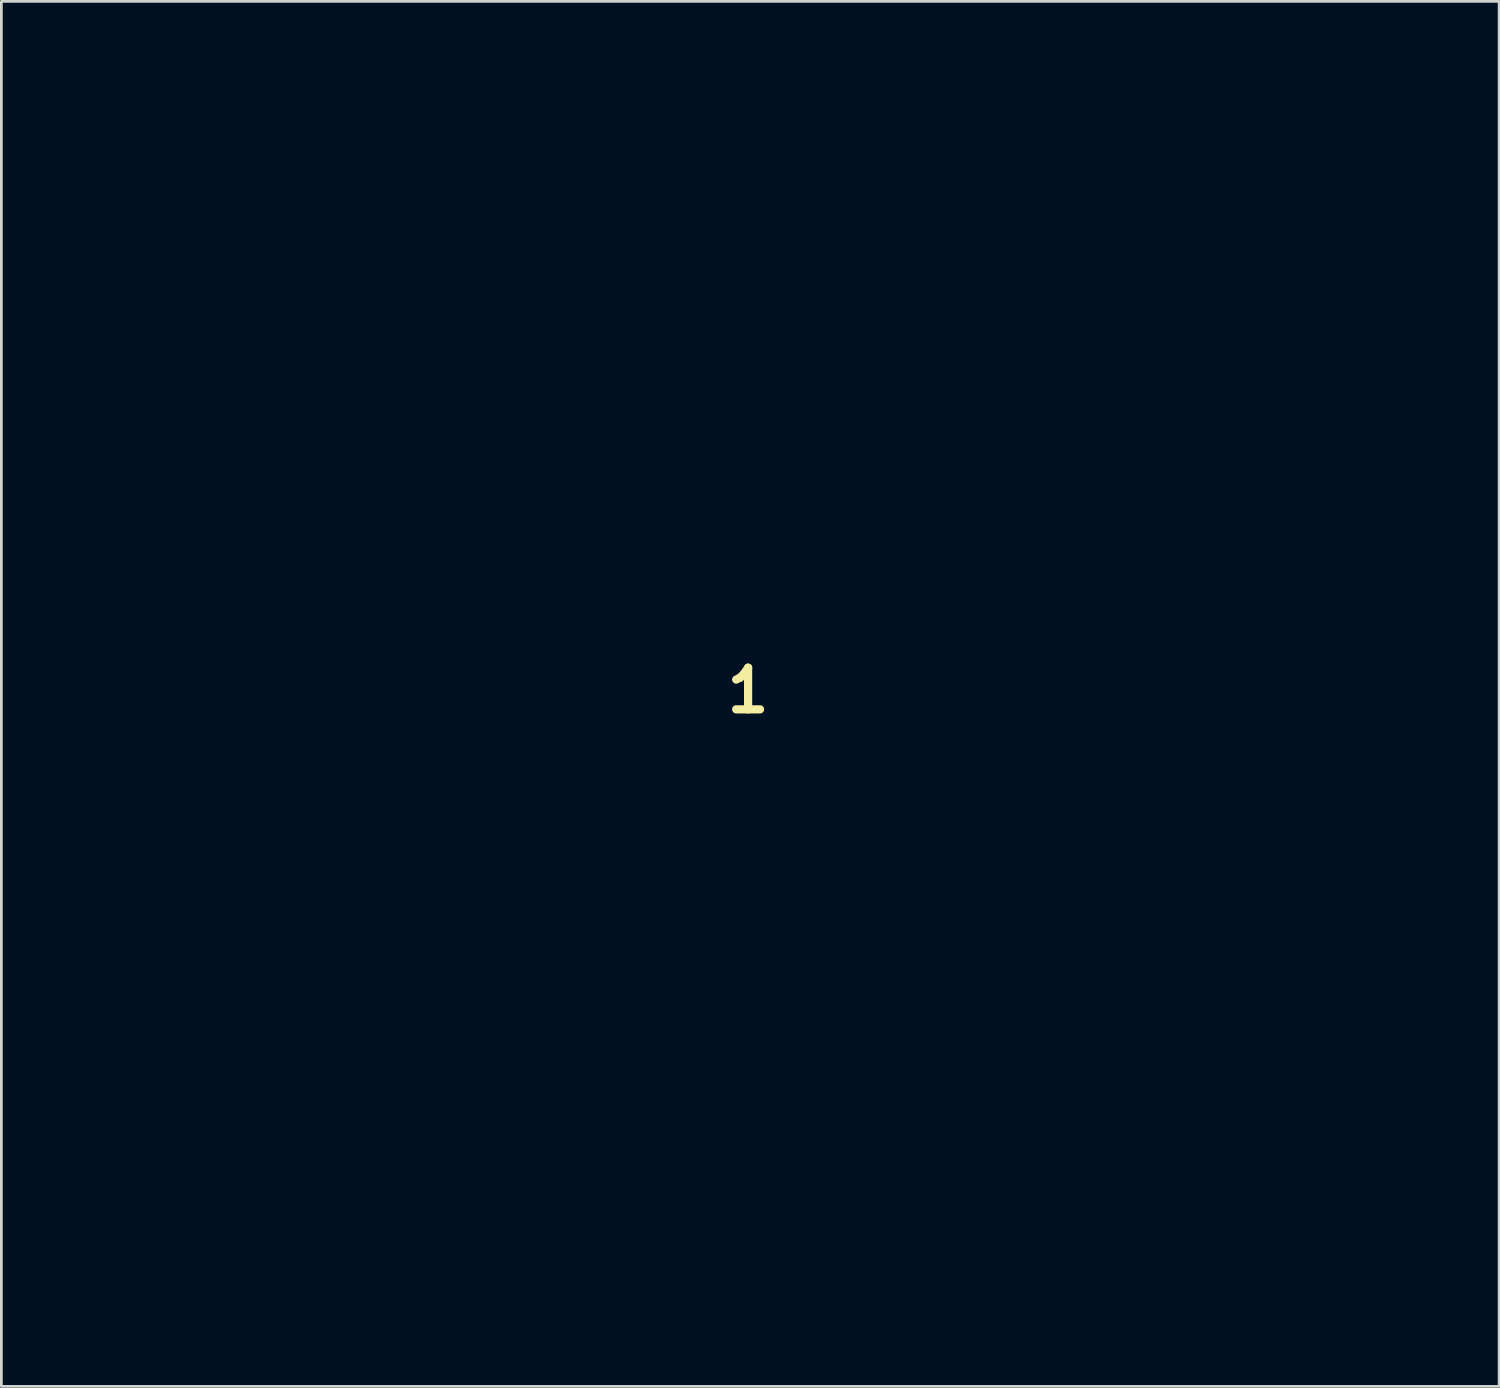
<source format=kicad_pcb>
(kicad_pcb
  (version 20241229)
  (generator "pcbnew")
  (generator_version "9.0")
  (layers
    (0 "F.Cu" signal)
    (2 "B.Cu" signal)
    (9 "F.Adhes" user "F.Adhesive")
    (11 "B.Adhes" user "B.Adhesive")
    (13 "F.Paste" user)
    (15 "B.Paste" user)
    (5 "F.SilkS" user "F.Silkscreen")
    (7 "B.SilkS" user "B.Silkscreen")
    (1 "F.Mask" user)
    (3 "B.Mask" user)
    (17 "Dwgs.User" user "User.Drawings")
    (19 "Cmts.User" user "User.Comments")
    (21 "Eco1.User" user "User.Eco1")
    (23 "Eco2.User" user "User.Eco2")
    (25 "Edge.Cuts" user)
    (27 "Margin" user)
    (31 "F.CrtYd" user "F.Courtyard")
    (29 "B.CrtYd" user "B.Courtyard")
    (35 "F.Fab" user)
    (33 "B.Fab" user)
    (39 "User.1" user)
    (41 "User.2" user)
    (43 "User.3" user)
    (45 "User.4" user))
  (footprint "1"
    (layer "F.Cu")
    (at 24.3 22.194)
    (property "Reference" "1" (at 0 0 0) (layer "F.SilkS") (effects (font (size 1.524 1.524) (thickness 0.3))))
    (attr board_only exclude_from_pos_files exclude_from_bom)
    (fp_poly (pts (xy -0.377 11.087) (xy -0.193 11.172) (xy -0.053 11.319) (xy 0.028 11.528) (xy 0.036 11.579) (xy 0.041 11.657) (xy 0.036 11.735) (xy 0.014 11.827) (xy -0.029 11.944) (xy -0.098 12.101) (xy -0.199 12.311) (xy -0.338 12.585) (xy -0.476 12.855) (xy -0.795 13.478) (xy -1.073 14.02) (xy -1.312 14.485) (xy -1.517 14.883) (xy -1.69 15.22) (xy -1.836 15.502) (xy -1.959 15.737) (xy -2.06 15.932) (xy -2.1 16.007) (xy -2.202 16.203) (xy -2.338 16.463) (xy -2.492 16.762) (xy -2.654 17.075) (xy -2.774 17.309) (xy -3.037 17.819) (xy -3.261 18.247) (xy -3.451 18.6) (xy -3.612 18.888) (xy -3.749 19.116) (xy -3.867 19.295) (xy -3.971 19.431) (xy -4.066 19.532) (xy -4.157 19.607) (xy -4.248 19.663) (xy -4.253 19.665) (xy -4.471 19.729) (xy -4.709 19.724) (xy -4.921 19.649) (xy -4.927 19.646) (xy -4.994 19.595) (xy -5.097 19.502) (xy -5.239 19.363) (xy -5.423 19.176) (xy -5.651 18.936) (xy -5.928 18.641) (xy -6.256 18.287) (xy -6.638 17.872) (xy -7.077 17.391) (xy -7.577 16.841) (xy -8.107 16.256) (xy -8.442 15.887) (xy -8.765 15.531) (xy -9.067 15.198) (xy -9.342 14.896) (xy -9.58 14.634) (xy -9.775 14.421) (xy -9.918 14.265) (xy -9.999 14.178) (xy -10.233 13.894) (xy -10.38 13.63) (xy -10.444 13.373) (xy -10.449 13.286) (xy -10.412 13.025) (xy -10.3 12.829) (xy -10.132 12.707) (xy -9.872 12.634) (xy -9.612 12.66) (xy -9.354 12.784) (xy -9.102 13.007) (xy -9.077 13.035) (xy -8.94 13.187) (xy -8.773 13.37) (xy -8.629 13.527) (xy -8.517 13.648) (xy -8.348 13.833) (xy -8.13 14.072) (xy -7.874 14.354) (xy -7.589 14.669) (xy -7.283 15.007) (xy -6.967 15.356) (xy -6.65 15.708) (xy -6.341 16.051) (xy -6.049 16.375) (xy -5.784 16.669) (xy -5.556 16.924) (xy -5.377 17.124) (xy -5.145 17.383) (xy -4.967 17.568) (xy -4.83 17.68) (xy -4.72 17.72) (xy -4.625 17.688) (xy -4.531 17.586) (xy -4.425 17.413) (xy -4.301 17.184) (xy -4.214 17.02) (xy -4.087 16.781) (xy -3.927 16.48) (xy -3.741 16.132) (xy -3.538 15.748) (xy -3.322 15.343) (xy -3.103 14.929) (xy -3.076 14.879) (xy -2.851 14.457) (xy -2.625 14.033) (xy -2.404 13.623) (xy -2.198 13.242) (xy -2.014 12.904) (xy -1.86 12.625) (xy -1.745 12.418) (xy -1.741 12.412) (xy -1.608 12.174) (xy -1.494 11.967) (xy -1.408 11.805) (xy -1.359 11.704) (xy -1.35 11.68) (xy -1.323 11.619) (xy -1.253 11.507) (xy -1.197 11.426) (xy -1.014 11.236) (xy -0.805 11.117) (xy -0.587 11.068)) (stroke (width 0.1) (type solid)) (fill no) (layer "Eco1.User"))
    (fp_poly (pts (xy 20.192 -3.071) (xy 20.358 -3.039) (xy 20.519 -2.971) (xy 20.586 -2.935) (xy 20.957 -2.677) (xy 21.311 -2.324) (xy 21.644 -1.88) (xy 21.955 -1.349) (xy 22.241 -0.735) (xy 22.499 -0.042) (xy 22.694 0.601) (xy 22.747 0.8) (xy 22.791 0.975) (xy 22.817 1.093) (xy 22.819 1.102) (xy 22.849 1.257) (xy 22.87 1.353) (xy 22.924 1.626) (xy 22.975 1.954) (xy 23 2.136) (xy 23.024 2.305) (xy 23.044 2.459) (xy 23.066 2.655) (xy 23.077 2.755) (xy 23.098 2.949) (xy 23.119 3.133) (xy 23.128 3.206) (xy 23.138 3.315) (xy 23.149 3.502) (xy 23.161 3.748) (xy 23.173 4.03) (xy 23.181 4.233) (xy 23.181 4.894) (xy 23.141 5.562) (xy 23.061 6.221) (xy 22.946 6.855) (xy 22.8 7.449) (xy 22.624 7.986) (xy 22.422 8.451) (xy 22.288 8.692) (xy 22.09 8.972) (xy 21.868 9.218) (xy 21.644 9.407) (xy 21.526 9.479) (xy 21.299 9.558) (xy 21.023 9.598) (xy 20.745 9.595) (xy 20.525 9.552) (xy 20.137 9.382) (xy 19.784 9.14) (xy 19.455 8.815) (xy 19.147 8.411) (xy 19.062 8.276) (xy 18.956 8.093) (xy 18.839 7.88) (xy 18.721 7.659) (xy 18.613 7.448) (xy 18.525 7.268) (xy 18.467 7.138) (xy 18.45 7.081) (xy 18.433 7.015) (xy 18.391 6.889) (xy 18.354 6.789) (xy 18.215 6.378) (xy 18.083 5.892) (xy 18.043 5.712) (xy 18.8 5.712) (xy 18.818 5.807) (xy 18.868 5.975) (xy 18.941 6.196) (xy 19.032 6.45) (xy 19.132 6.717) (xy 19.235 6.978) (xy 19.333 7.213) (xy 19.418 7.402) (xy 19.433 7.432) (xy 19.696 7.915) (xy 19.956 8.298) (xy 20.213 8.582) (xy 20.467 8.768) (xy 20.719 8.855) (xy 20.969 8.845) (xy 21.121 8.791) (xy 21.356 8.634) (xy 21.573 8.392) (xy 21.777 8.061) (xy 21.968 7.637) (xy 22.097 7.282) (xy 22.202 6.913) (xy 22.246 6.615) (xy 22.229 6.392) (xy 22.198 6.309) (xy 22.144 6.249) (xy 22.045 6.22) (xy 21.884 6.212) (xy 21.6 6.176) (xy 21.423 6.109) (xy 21.264 6.047) (xy 21.1 6.032) (xy 20.91 6.067) (xy 20.672 6.155) (xy 20.493 6.237) (xy 20.245 6.345) (xy 20.051 6.399) (xy 19.883 6.402) (xy 19.715 6.357) (xy 19.675 6.341) (xy 19.571 6.278) (xy 19.435 6.172) (xy 19.289 6.043) (xy 19.154 5.91) (xy 19.051 5.794) (xy 19.002 5.714) (xy 19 5.705) (xy 18.958 5.669) (xy 18.9 5.661) (xy 18.819 5.682) (xy 18.8 5.712) (xy 18.043 5.712) (xy 17.964 5.356) (xy 17.901 5.01) (xy 19.368 5.01) (xy 19.423 5.237) (xy 19.543 5.462) (xy 19.704 5.6) (xy 19.916 5.658) (xy 19.988 5.661) (xy 20.126 5.652) (xy 20.233 5.613) (xy 20.345 5.526) (xy 20.428 5.446) (xy 20.607 5.229) (xy 20.689 5.026) (xy 20.686 4.984) (xy 21.341 4.984) (xy 21.387 5.17) (xy 21.515 5.338) (xy 21.616 5.413) (xy 21.819 5.498) (xy 22.013 5.491) (xy 22.146 5.438) (xy 22.273 5.346) (xy 22.335 5.22) (xy 22.35 5.053) (xy 22.306 4.833) (xy 22.187 4.642) (xy 22.044 4.531) (xy 21.871 4.477) (xy 21.702 4.509) (xy 21.516 4.628) (xy 21.504 4.639) (xy 21.379 4.8) (xy 21.341 4.984) (xy 20.686 4.984) (xy 20.676 4.828) (xy 20.569 4.624) (xy 20.524 4.566) (xy 20.369 4.433) (xy 20.173 4.332) (xy 19.972 4.277) (xy 19.815 4.281) (xy 19.61 4.379) (xy 19.462 4.545) (xy 19.379 4.761) (xy 19.368 5.01) (xy 17.901 5.01) (xy 17.862 4.797) (xy 17.803 4.384) (xy 17.774 4.162) (xy 17.746 3.952) (xy 17.724 3.795) (xy 17.723 3.782) (xy 17.713 3.676) (xy 17.703 3.487) (xy 17.691 3.23) (xy 17.681 2.924) (xy 17.671 2.586) (xy 17.666 2.371) (xy 17.662 2.039) (xy 18.333 2.039) (xy 18.35 2.622) (xy 18.388 3.199) (xy 18.446 3.749) (xy 18.524 4.248) (xy 18.619 4.675) (xy 18.635 4.732) (xy 18.66 4.794) (xy 18.695 4.785) (xy 18.757 4.714) (xy 18.825 4.608) (xy 18.85 4.53) (xy 18.879 4.399) (xy 18.955 4.223) (xy 19.059 4.036) (xy 19.174 3.871) (xy 19.262 3.776) (xy 19.419 3.666) (xy 19.612 3.595) (xy 19.761 3.563) (xy 19.941 3.534) (xy 20.09 3.513) (xy 20.167 3.507) (xy 20.286 3.464) (xy 20.383 3.359) (xy 20.426 3.233) (xy 20.423 3.196) (xy 20.397 3.063) (xy 20.369 2.915) (xy 20.319 2.778) (xy 20.22 2.685) (xy 20.055 2.626) (xy 19.81 2.593) (xy 19.783 2.591) (xy 19.59 2.569) (xy 19.443 2.533) (xy 19.376 2.499) (xy 19.282 2.348) (xy 19.281 2.206) (xy 19.366 2.083) (xy 19.528 1.99) (xy 19.749 1.938) (xy 19.915 1.907) (xy 20.046 1.862) (xy 20.092 1.833) (xy 20.148 1.716) (xy 20.16 1.54) (xy 20.133 1.336) (xy 20.066 1.136) (xy 20.049 1.1) (xy 19.952 0.926) (xy 19.858 0.81) (xy 19.732 0.716) (xy 19.591 0.638) (xy 19.46 0.562) (xy 19.396 0.491) (xy 19.376 0.391) (xy 19.375 0.326) (xy 19.384 0.194) (xy 19.426 0.125) (xy 19.522 0.085) (xy 19.525 0.084) (xy 19.737 0.01) (xy 19.868 -0.078) (xy 19.93 -0.198) (xy 19.933 -0.373) (xy 19.897 -0.59) (xy 19.856 -0.852) (xy 19.844 -1.088) (xy 19.861 -1.273) (xy 19.904 -1.383) (xy 20.003 -1.436) (xy 20.116 -1.443) (xy 20.242 -1.409) (xy 20.339 -1.328) (xy 20.413 -1.187) (xy 20.472 -0.974) (xy 20.52 -0.676) (xy 20.529 -0.607) (xy 20.571 -0.298) (xy 20.617 -0.073) (xy 20.676 0.083) (xy 20.757 0.186) (xy 20.87 0.252) (xy 21.024 0.295) (xy 21.084 0.307) (xy 21.314 0.379) (xy 21.453 0.489) (xy 21.5 0.639) (xy 21.5 0.643) (xy 21.459 0.806) (xy 21.339 0.911) (xy 21.149 0.952) (xy 21.127 0.952) (xy 20.959 0.968) (xy 20.859 1.028) (xy 20.811 1.151) (xy 20.8 1.332) (xy 20.816 1.545) (xy 20.875 1.689) (xy 20.993 1.779) (xy 21.184 1.831) (xy 21.335 1.849) (xy 21.577 1.883) (xy 21.734 1.936) (xy 21.82 2.018) (xy 21.85 2.136) (xy 21.85 2.154) (xy 21.833 2.269) (xy 21.77 2.35) (xy 21.643 2.411) (xy 21.474 2.457) (xy 21.23 2.531) (xy 21.08 2.612) (xy 21.019 2.705) (xy 21.023 2.772) (xy 21.045 2.873) (xy 21.071 3.04) (xy 21.097 3.241) (xy 21.101 3.278) (xy 21.137 3.53) (xy 21.192 3.699) (xy 21.283 3.804) (xy 21.428 3.862) (xy 21.647 3.891) (xy 21.734 3.896) (xy 21.941 3.905) (xy 22.077 3.898) (xy 22.169 3.871) (xy 22.247 3.82) (xy 22.25 3.817) (xy 22.305 3.768) (xy 22.34 3.713) (xy 22.359 3.632) (xy 22.366 3.504) (xy 22.364 3.307) (xy 22.361 3.173) (xy 22.354 2.944) (xy 22.346 2.747) (xy 22.337 2.608) (xy 22.332 2.555) (xy 22.316 2.463) (xy 22.292 2.315) (xy 22.279 2.229) (xy 22.214 1.857) (xy 22.125 1.432) (xy 22.017 0.985) (xy 21.9 0.543) (xy 21.78 0.137) (xy 21.665 -0.204) (xy 21.648 -0.25) (xy 21.579 -0.432) (xy 21.516 -0.599) (xy 21.487 -0.676) (xy 21.41 -0.856) (xy 21.296 -1.083) (xy 21.166 -1.319) (xy 21.04 -1.529) (xy 20.958 -1.65) (xy 20.692 -1.956) (xy 20.424 -2.162) (xy 20.151 -2.269) (xy 19.874 -2.276) (xy 19.75 -2.249) (xy 19.535 -2.135) (xy 19.324 -1.931) (xy 19.121 -1.646) (xy 18.931 -1.288) (xy 18.759 -0.868) (xy 18.609 -0.395) (xy 18.485 0.123) (xy 18.42 0.485) (xy 18.367 0.949) (xy 18.338 1.474) (xy 18.333 2.039) (xy 17.662 2.039) (xy 17.659 1.628) (xy 17.675 0.97) (xy 17.717 0.383) (xy 17.787 -0.144) (xy 17.885 -0.625) (xy 18.016 -1.074) (xy 18.179 -1.502) (xy 18.284 -1.735) (xy 18.537 -2.192) (xy 18.814 -2.552) (xy 19.119 -2.818) (xy 19.452 -2.991) (xy 19.816 -3.073) (xy 19.975 -3.08)) (stroke (width 0.1) (type solid)) (fill no) (layer "Eco1.User"))
    (fp_poly (pts (xy 3.644 -4.034) (xy 4.153 -3.969) (xy 4.701 -3.866) (xy 5.269 -3.732) (xy 5.838 -3.571) (xy 6.389 -3.389) (xy 6.903 -3.192) (xy 7.362 -2.985) (xy 7.745 -2.774) (xy 7.844 -2.709) (xy 8.106 -2.497) (xy 8.275 -2.282) (xy 8.349 -2.069) (xy 8.327 -1.863) (xy 8.208 -1.667) (xy 8.175 -1.632) (xy 8.092 -1.543) (xy 8.033 -1.461) (xy 8.003 -1.375) (xy 8.006 -1.275) (xy 8.045 -1.152) (xy 8.125 -0.996) (xy 8.249 -0.797) (xy 8.421 -0.545) (xy 8.647 -0.231) (xy 8.878 0.086) (xy 9.266 0.642) (xy 9.585 1.156) (xy 9.843 1.65) (xy 10.048 2.146) (xy 10.21 2.663) (xy 10.337 3.225) (xy 10.438 3.851) (xy 10.45 3.944) (xy 10.529 4.791) (xy 10.536 5.579) (xy 10.469 6.321) (xy 10.327 7.03) (xy 10.108 7.719) (xy 9.814 8.392) (xy 9.401 9.115) (xy 8.914 9.773) (xy 8.358 10.362) (xy 7.738 10.877) (xy 7.059 11.316) (xy 6.326 11.674) (xy 5.543 11.947) (xy 5.137 12.051) (xy 4.885 12.092) (xy 4.563 12.124) (xy 4.197 12.145) (xy 3.813 12.155) (xy 3.44 12.153) (xy 3.103 12.139) (xy 2.829 12.112) (xy 2.75 12.099) (xy 1.959 11.899) (xy 1.209 11.608) (xy 0.498 11.226) (xy -0.173 10.753) (xy -0.807 10.187) (xy -1.405 9.529) (xy -1.487 9.428) (xy -1.638 9.243) (xy -1.773 9.088) (xy -1.875 8.979) (xy -1.929 8.934) (xy -2.007 8.945) (xy -2.132 9.002) (xy -2.233 9.063) (xy -2.445 9.179) (xy -2.619 9.212) (xy -2.775 9.163) (xy -2.911 9.053) (xy -3.021 8.915) (xy -3.156 8.701) (xy -3.3 8.443) (xy -1.27 8.443) (xy -1.264 8.476) (xy -1.195 8.634) (xy -1.059 8.84) (xy -0.868 9.081) (xy -0.635 9.343) (xy -0.37 9.613) (xy -0.087 9.878) (xy 0.202 10.124) (xy 0.369 10.255) (xy 1.008 10.676) (xy 1.67 11.003) (xy 2.352 11.233) (xy 3.051 11.367) (xy 3.762 11.402) (xy 4.481 11.339) (xy 4.738 11.292) (xy 5.484 11.092) (xy 6.184 10.807) (xy 6.843 10.433) (xy 7.468 9.968) (xy 7.929 9.545) (xy 8.462 8.948) (xy 8.907 8.309) (xy 9.262 7.633) (xy 9.524 6.923) (xy 9.677 6.271) (xy 9.711 5.995) (xy 9.735 5.65) (xy 9.747 5.263) (xy 9.747 4.865) (xy 9.735 4.485) (xy 9.712 4.152) (xy 9.697 4.024) (xy 9.576 3.346) (xy 9.399 2.699) (xy 9.159 2.07) (xy 8.851 1.444) (xy 8.467 0.806) (xy 8.001 0.143) (xy 7.874 -0.025) (xy 7.675 -0.279) (xy 7.524 -0.46) (xy 7.412 -0.576) (xy 7.331 -0.637) (xy 7.28 -0.651) (xy 7.202 -0.616) (xy 7.077 -0.523) (xy 6.923 -0.389) (xy 6.759 -0.233) (xy 6.601 -0.071) (xy 6.468 0.079) (xy 6.379 0.198) (xy 6.35 0.264) (xy 6.379 0.372) (xy 6.463 0.55) (xy 6.597 0.787) (xy 6.773 1.074) (xy 6.972 1.378) (xy 7.232 1.791) (xy 7.47 2.222) (xy 7.672 2.645) (xy 7.828 3.035) (xy 7.897 3.254) (xy 7.948 3.472) (xy 7.999 3.746) (xy 8.041 4.031) (xy 8.057 4.163) (xy 8.078 4.382) (xy 8.089 4.568) (xy 8.087 4.748) (xy 8.072 4.949) (xy 8.043 5.197) (xy 8.003 5.488) (xy 7.959 5.783) (xy 7.913 6.067) (xy 7.869 6.314) (xy 7.832 6.499) (xy 7.819 6.555) (xy 7.61 7.166) (xy 7.318 7.725) (xy 6.949 8.227) (xy 6.506 8.667) (xy 5.994 9.039) (xy 5.42 9.34) (xy 4.787 9.564) (xy 4.745 9.576) (xy 4.43 9.638) (xy 4.049 9.679) (xy 3.635 9.697) (xy 3.217 9.693) (xy 2.83 9.666) (xy 2.502 9.615) (xy 2.461 9.606) (xy 1.818 9.409) (xy 1.239 9.147) (xy 0.706 8.809) (xy 0.423 8.585) (xy 0.265 8.445) (xy 0.114 8.296) (xy -0.048 8.12) (xy -0.235 7.901) (xy -0.465 7.619) (xy -0.478 7.602) (xy -0.6 7.521) (xy -0.749 7.524) (xy -0.907 7.608) (xy -0.993 7.689) (xy -1.107 7.858) (xy -1.2 8.063) (xy -1.258 8.27) (xy -1.27 8.443) (xy -3.3 8.443) (xy -3.307 8.429) (xy -3.466 8.119) (xy -3.622 7.787) (xy -3.766 7.453) (xy -3.891 7.135) (xy -3.944 6.982) (xy -3.945 6.979) (xy 0.065 6.979) (xy 0.101 7.097) (xy 0.128 7.152) (xy 0.247 7.326) (xy 0.428 7.537) (xy 0.649 7.762) (xy 0.889 7.984) (xy 1.128 8.18) (xy 1.344 8.332) (xy 1.425 8.379) (xy 1.623 8.482) (xy 1.748 8.54) (xy 1.814 8.555) (xy 1.837 8.53) (xy 1.83 8.468) (xy 1.827 8.454) (xy 1.779 8.21) (xy 1.727 7.896) (xy 1.675 7.534) (xy 1.625 7.148) (xy 1.58 6.761) (xy 1.543 6.395) (xy 1.516 6.074) (xy 1.502 5.821) (xy 1.501 5.752) (xy 1.495 5.567) (xy 2.233 5.567) (xy 2.252 6.022) (xy 2.291 6.513) (xy 2.34 6.962) (xy 2.403 7.388) (xy 2.476 7.777) (xy 2.557 8.115) (xy 2.641 8.391) (xy 2.727 8.589) (xy 2.792 8.681) (xy 2.927 8.776) (xy 3.106 8.85) (xy 3.302 8.898) (xy 3.486 8.914) (xy 3.63 8.893) (xy 3.69 8.855) (xy 3.71 8.779) (xy 3.697 8.632) (xy 3.649 8.402) (xy 3.647 8.391) (xy 3.532 7.834) (xy 3.444 7.24) (xy 3.382 6.594) (xy 3.343 5.882) (xy 3.327 5.09) (xy 3.327 4.851) (xy 3.328 3.415) (xy 3.202 3.483) (xy 3.036 3.597) (xy 2.849 3.766) (xy 2.671 3.957) (xy 2.539 4.133) (xy 2.419 4.351) (xy 2.33 4.59) (xy 2.271 4.864) (xy 2.239 5.186) (xy 2.233 5.567) (xy 1.495 5.567) (xy 1.495 5.565) (xy 1.48 5.42) (xy 1.459 5.343) (xy 1.454 5.338) (xy 1.404 5.361) (xy 1.307 5.445) (xy 1.181 5.576) (xy 1.117 5.648) (xy 0.945 5.841) (xy 0.739 6.068) (xy 0.533 6.288) (xy 0.462 6.362) (xy 0.267 6.572) (xy 0.141 6.733) (xy 0.076 6.863) (xy 0.065 6.979) (xy -3.945 6.979) (xy -4.184 6.109) (xy -4.333 5.207) (xy -4.394 4.287) (xy -4.366 3.364) (xy -4.276 2.664) (xy 4.086 2.664) (xy 4.115 4.726) (xy 4.128 5.424) (xy 4.145 6.031) (xy 4.167 6.556) (xy 4.196 7.007) (xy 4.233 7.393) (xy 4.277 7.724) (xy 4.332 8.008) (xy 4.396 8.254) (xy 4.472 8.471) (xy 4.532 8.61) (xy 4.59 8.717) (xy 4.655 8.76) (xy 4.768 8.761) (xy 4.818 8.755) (xy 4.992 8.719) (xy 5.189 8.654) (xy 5.263 8.623) (xy 5.397 8.552) (xy 5.483 8.489) (xy 5.5 8.461) (xy 5.488 8.39) (xy 5.458 8.25) (xy 5.414 8.067) (xy 5.404 8.024) (xy 5.278 7.411) (xy 5.186 6.71) (xy 5.129 5.928) (xy 5.106 5.071) (xy 5.106 4.765) (xy 5.11 4.372) (xy 5.11 4.368) (xy 5.861 4.368) (xy 5.865 4.665) (xy 5.875 5.001) (xy 5.89 5.394) (xy 5.912 5.859) (xy 5.929 6.212) (xy 5.962 6.636) (xy 6.018 7.078) (xy 6.091 7.496) (xy 6.158 7.79) (xy 6.211 7.991) (xy 6.343 7.823) (xy 6.461 7.661) (xy 6.575 7.49) (xy 6.586 7.472) (xy 6.872 6.952) (xy 7.079 6.46) (xy 7.202 6.005) (xy 7.227 5.847) (xy 7.268 5.489) (xy 7.296 5.208) (xy 7.314 4.983) (xy 7.32 4.79) (xy 7.316 4.608) (xy 7.303 4.415) (xy 7.281 4.188) (xy 7.278 4.158) (xy 7.246 3.894) (xy 7.213 3.7) (xy 7.172 3.545) (xy 7.146 3.471) (xy 7.11 3.368) (xy 7.097 3.319) (xy 7.089 3.234) (xy 7.036 3.074) (xy 6.945 2.85) (xy 6.819 2.574) (xy 6.798 2.53) (xy 6.67 2.29) (xy 6.53 2.067) (xy 6.39 1.875) (xy 6.259 1.728) (xy 6.149 1.638) (xy 6.072 1.62) (xy 6.056 1.631) (xy 6.041 1.692) (xy 6.02 1.839) (xy 5.996 2.058) (xy 5.97 2.334) (xy 5.943 2.653) (xy 5.924 2.906) (xy 5.9 3.251) (xy 5.882 3.553) (xy 5.869 3.829) (xy 5.862 4.095) (xy 5.861 4.368) (xy 5.11 4.368) (xy 5.118 3.965) (xy 5.128 3.57) (xy 5.14 3.214) (xy 5.154 2.921) (xy 5.159 2.831) (xy 5.174 2.543) (xy 5.185 2.261) (xy 5.191 2.015) (xy 5.19 1.834) (xy 5.189 1.817) (xy 5.175 1.505) (xy 4.741 1.906) (xy 4.556 2.083) (xy 4.39 2.255) (xy 4.261 2.4) (xy 4.197 2.485) (xy 4.086 2.664) (xy -4.276 2.664) (xy -4.249 2.452) (xy -4.044 1.563) (xy -3.817 0.881) (xy -3.452 0.052) (xy -3.017 -0.709) (xy -2.515 -1.4) (xy -1.951 -2.018) (xy -1.328 -2.56) (xy -0.651 -3.022) (xy 0.076 -3.404) (xy 0.85 -3.7) (xy 1.666 -3.91) (xy 2.521 -4.029) (xy 3.194 -4.057)) (stroke (width 0.1) (type solid)) (fill no) (layer "Eco1.User"))
    (fp_poly (pts (xy -14.634 0.617) (xy -14.546 0.631) (xy -13.747 0.817) (xy -12.971 1.095) (xy -12.224 1.459) (xy -11.516 1.903) (xy -10.853 2.42) (xy -10.243 3.003) (xy -9.694 3.646) (xy -9.214 4.342) (xy -8.809 5.085) (xy -8.527 5.761) (xy -8.365 6.26) (xy -8.248 6.746) (xy -8.17 7.252) (xy -8.124 7.811) (xy -8.115 8.044) (xy -8.108 8.618) (xy -8.127 9.099) (xy -8.173 9.487) (xy -8.247 9.785) (xy -8.317 9.946) (xy -8.436 10.101) (xy -8.584 10.175) (xy -8.783 10.175) (xy -8.868 10.159) (xy -9.016 10.138) (xy -9.134 10.141) (xy -9.149 10.145) (xy -9.212 10.204) (xy -9.295 10.339) (xy -9.385 10.528) (xy -9.398 10.56) (xy -9.742 11.277) (xy -10.144 11.92) (xy -10.6 12.486) (xy -11.105 12.973) (xy -11.656 13.378) (xy -12.247 13.698) (xy -12.874 13.931) (xy -13.534 14.073) (xy -14.221 14.124) (xy -14.932 14.079) (xy -15.143 14.047) (xy -15.865 13.876) (xy -16.564 13.613) (xy -17.232 13.264) (xy -17.861 12.837) (xy -18.445 12.337) (xy -18.974 11.773) (xy -19.443 11.15) (xy -19.842 10.475) (xy -20.165 9.756) (xy -20.268 9.469) (xy -20.468 8.715) (xy -20.583 7.921) (xy -20.605 7.339) (xy -19.868 7.339) (xy -19.784 8.135) (xy -19.604 8.937) (xy -19.497 9.286) (xy -19.219 9.99) (xy -18.876 10.642) (xy -18.475 11.235) (xy -18.022 11.766) (xy -17.523 12.226) (xy -16.985 12.612) (xy -16.414 12.916) (xy -15.816 13.134) (xy -15.199 13.259) (xy -15.082 13.271) (xy -14.72 13.294) (xy -14.332 13.3) (xy -13.947 13.29) (xy -13.592 13.264) (xy -13.294 13.225) (xy -13.172 13.2) (xy -12.558 12.998) (xy -11.993 12.711) (xy -11.483 12.344) (xy -11.031 11.902) (xy -10.644 11.39) (xy -10.325 10.812) (xy -10.08 10.173) (xy -10.062 10.114) (xy -9.993 9.821) (xy -9.983 9.597) (xy -10.033 9.428) (xy -10.082 9.359) (xy -10.175 9.282) (xy -10.308 9.201) (xy -10.439 9.139) (xy -10.52 9.118) (xy -10.593 9.161) (xy -10.659 9.265) (xy -10.697 9.392) (xy -10.7 9.429) (xy -10.721 9.539) (xy -10.778 9.711) (xy -10.861 9.917) (xy -10.919 10.045) (xy -11.248 10.651) (xy -11.624 11.176) (xy -12.043 11.618) (xy -12.503 11.972) (xy -12.999 12.236) (xy -13.275 12.338) (xy -13.59 12.409) (xy -13.963 12.446) (xy -14.358 12.451) (xy -14.739 12.423) (xy -15.07 12.361) (xy -15.1 12.352) (xy -15.717 12.122) (xy -16.298 11.803) (xy -16.837 11.405) (xy -17.324 10.935) (xy -17.754 10.402) (xy -18.117 9.814) (xy -18.407 9.18) (xy -18.594 8.592) (xy -18.643 8.389) (xy -18.678 8.211) (xy -18.702 8.023) (xy -18.722 7.791) (xy -18.734 7.603) (xy -18.736 7.086) (xy -17.977 7.086) (xy -17.977 7.62) (xy -17.925 8.134) (xy -17.822 8.605) (xy -17.696 8.952) (xy -17.637 9.086) (xy -17.605 9.174) (xy -17.602 9.193) (xy -17.599 9.232) (xy -17.552 9.337) (xy -17.471 9.49) (xy -17.368 9.672) (xy -17.254 9.866) (xy -17.137 10.053) (xy -17.03 10.215) (xy -16.943 10.334) (xy -16.926 10.354) (xy -16.81 10.472) (xy -16.661 10.604) (xy -16.496 10.738) (xy -16.335 10.859) (xy -16.197 10.952) (xy -16.1 11.003) (xy -16.067 11.005) (xy -16.074 10.953) (xy -16.107 10.827) (xy -16.16 10.649) (xy -16.203 10.516) (xy -16.271 10.307) (xy -16.327 10.128) (xy -16.364 10.006) (xy -16.374 9.97) (xy -16.396 9.882) (xy -16.435 9.735) (xy -16.468 9.619) (xy -16.502 9.5) (xy -16.529 9.394) (xy -16.553 9.285) (xy -16.578 9.156) (xy -16.605 8.99) (xy -16.638 8.772) (xy -16.68 8.484) (xy -16.722 8.191) (xy -16.765 7.892) (xy -16.805 7.61) (xy -16.84 7.368) (xy -16.866 7.189) (xy -16.877 7.114) (xy -16.888 6.999) (xy -16.898 6.802) (xy -16.907 6.539) (xy -16.914 6.23) (xy -16.919 5.975) (xy -16.182 5.975) (xy -16.173 6.29) (xy -16.153 6.62) (xy -16.123 6.949) (xy -16.101 7.139) (xy -16.033 7.599) (xy -15.951 8.079) (xy -15.856 8.569) (xy -15.751 9.056) (xy -15.641 9.53) (xy -15.527 9.978) (xy -15.413 10.388) (xy -15.301 10.75) (xy -15.196 11.052) (xy -15.098 11.282) (xy -15.013 11.429) (xy -14.986 11.459) (xy -14.848 11.552) (xy -14.676 11.622) (xy -14.497 11.664) (xy -14.337 11.673) (xy -14.222 11.645) (xy -14.184 11.604) (xy -14.186 11.512) (xy -14.223 11.41) (xy -14.277 11.285) (xy -14.351 11.083) (xy -14.44 10.824) (xy -14.536 10.529) (xy -14.634 10.218) (xy -14.728 9.91) (xy -14.81 9.626) (xy -14.875 9.385) (xy -14.917 9.207) (xy -14.919 9.193) (xy -15.023 8.62) (xy -15.102 8.119) (xy -15.161 7.667) (xy -15.202 7.239) (xy -15.225 6.871) (xy -15.246 6.488) (xy -15.252 6.408) (xy -14.537 6.408) (xy -14.532 6.539) (xy -14.531 6.55) (xy -14.509 6.713) (xy -14.485 6.915) (xy -14.474 7.014) (xy -14.392 7.711) (xy -14.3 8.328) (xy -14.197 8.857) (xy -14.085 9.296) (xy -14.012 9.519) (xy -13.983 9.627) (xy -13.965 9.719) (xy -13.938 9.841) (xy -13.894 10.008) (xy -13.869 10.095) (xy -13.821 10.26) (xy -13.784 10.399) (xy -13.773 10.447) (xy -13.731 10.587) (xy -13.658 10.78) (xy -13.569 10.989) (xy -13.479 11.181) (xy -13.402 11.318) (xy -13.391 11.335) (xy -13.303 11.433) (xy -13.209 11.466) (xy -13.082 11.434) (xy -12.957 11.376) (xy -12.784 11.277) (xy -12.694 11.186) (xy -12.675 11.072) (xy -12.717 10.91) (xy -12.745 10.833) (xy -12.966 10.223) (xy -13.137 9.695) (xy -13.259 9.244) (xy -13.334 8.865) (xy -13.351 8.735) (xy -13.403 8.266) (xy -13.451 7.885) (xy -13.48 7.693) (xy -12.739 7.693) (xy -12.73 7.835) (xy -12.705 8.031) (xy -12.668 8.26) (xy -12.622 8.5) (xy -12.569 8.729) (xy -12.566 8.742) (xy -12.524 8.914) (xy -12.491 9.053) (xy -12.477 9.118) (xy -12.459 9.214) (xy -12.434 9.357) (xy -12.427 9.393) (xy -12.404 9.525) (xy -12.39 9.609) (xy -12.388 9.619) (xy -12.365 9.709) (xy -12.315 9.856) (xy -12.25 10.025) (xy -12.185 10.182) (xy -12.132 10.291) (xy -12.123 10.305) (xy -12.044 10.395) (xy -11.965 10.406) (xy -11.873 10.334) (xy -11.757 10.173) (xy -11.757 10.173) (xy -11.596 9.876) (xy -11.472 9.551) (xy -11.391 9.223) (xy -11.359 8.917) (xy -11.381 8.659) (xy -11.397 8.6) (xy -11.505 8.411) (xy -11.704 8.212) (xy -11.984 8.01) (xy -12.14 7.918) (xy -12.313 7.82) (xy -12.471 7.729) (xy -12.56 7.676) (xy -12.663 7.628) (xy -12.728 7.626) (xy -12.729 7.628) (xy -12.739 7.693) (xy -13.48 7.693) (xy -13.498 7.58) (xy -13.546 7.338) (xy -13.601 7.148) (xy -13.663 6.996) (xy -13.738 6.872) (xy -13.827 6.763) (xy -13.887 6.701) (xy -14.045 6.571) (xy -14.226 6.459) (xy -14.396 6.384) (xy -14.503 6.363) (xy -14.537 6.408) (xy -15.252 6.408) (xy -15.268 6.191) (xy -15.295 5.963) (xy -15.33 5.791) (xy -15.378 5.659) (xy -15.443 5.552) (xy -15.529 5.456) (xy -15.623 5.369) (xy -15.802 5.239) (xy -15.961 5.175) (xy -16.083 5.183) (xy -16.116 5.206) (xy -16.149 5.291) (xy -16.17 5.459) (xy -16.182 5.693) (xy -16.182 5.975) (xy -16.919 5.975) (xy -16.92 5.892) (xy -16.922 5.722) (xy -16.928 5.317) (xy -16.938 4.986) (xy -16.951 4.735) (xy -16.967 4.572) (xy -16.986 4.503) (xy -16.986 4.503) (xy -17.057 4.494) (xy -17.156 4.58) (xy -17.282 4.761) (xy -17.418 5.004) (xy -17.503 5.169) (xy -17.566 5.299) (xy -17.595 5.37) (xy -17.596 5.373) (xy -17.615 5.44) (xy -17.661 5.559) (xy -17.677 5.598) (xy -17.827 6.052) (xy -17.928 6.556) (xy -17.977 7.086) (xy -18.736 7.086) (xy -18.736 7.011) (xy -18.663 6.426) (xy -18.513 5.833) (xy -18.283 5.219) (xy -18.008 4.647) (xy -17.878 4.395) (xy -17.79 4.216) (xy -17.737 4.093) (xy -17.715 4.009) (xy -17.718 3.947) (xy -17.74 3.892) (xy -17.75 3.875) (xy -17.866 3.733) (xy -18.037 3.595) (xy -18.23 3.482) (xy -18.411 3.416) (xy -18.485 3.407) (xy -18.608 3.426) (xy -18.725 3.492) (xy -18.843 3.614) (xy -18.972 3.802) (xy -19.121 4.066) (xy -19.254 4.331) (xy -19.549 5.046) (xy -19.75 5.789) (xy -19.856 6.555) (xy -19.868 7.339) (xy -20.605 7.339) (xy -20.614 7.104) (xy -20.559 6.279) (xy -20.424 5.487) (xy -20.293 4.96) (xy -20.15 4.51) (xy -19.986 4.117) (xy -19.791 3.758) (xy -19.556 3.412) (xy -19.515 3.356) (xy -19.395 3.188) (xy -19.303 3.041) (xy -19.254 2.938) (xy -19.25 2.916) (xy -19.285 2.826) (xy -19.371 2.713) (xy -19.406 2.677) (xy -19.562 2.494) (xy -19.652 2.307) (xy -19.667 2.139) (xy -19.655 2.094) (xy -19.557 1.946) (xy -19.378 1.776) (xy -19.131 1.594) (xy -18.832 1.408) (xy -18.493 1.226) (xy -18.13 1.057) (xy -17.756 0.908) (xy -17.55 0.839) (xy -16.847 0.663) (xy -16.107 0.567) (xy -15.36 0.55)) (stroke (width 0.1) (type solid)) (fill no) (layer "Eco1.User"))
    (fp_poly (pts (xy -5.377 -22.111) (xy -5.208 -22.022) (xy -5.106 -21.889) (xy -5.089 -21.829) (xy -5.092 -21.709) (xy -5.125 -21.556) (xy -5.133 -21.53) (xy -5.168 -21.412) (xy -5.179 -21.347) (xy -5.176 -21.342) (xy -5.175 -21.3) (xy -5.199 -21.197) (xy -5.204 -21.179) (xy -5.241 -21.022) (xy -5.274 -20.836) (xy -5.281 -20.791) (xy -5.303 -20.633) (xy -5.323 -20.506) (xy -5.328 -20.477) (xy -5.339 -20.388) (xy -5.355 -20.229) (xy -5.371 -20.03) (xy -5.375 -19.976) (xy -5.392 -19.76) (xy -5.41 -19.563) (xy -5.425 -19.423) (xy -5.427 -19.405) (xy -5.439 -19.284) (xy -5.454 -19.095) (xy -5.47 -18.873) (xy -5.475 -18.779) (xy -5.49 -18.536) (xy -5.507 -18.299) (xy -5.523 -18.107) (xy -5.528 -18.061) (xy -5.542 -17.894) (xy -5.559 -17.668) (xy -5.575 -17.422) (xy -5.58 -17.336) (xy -5.594 -17.128) (xy -5.608 -16.959) (xy -5.62 -16.854) (xy -5.626 -16.832) (xy -5.637 -16.772) (xy -5.652 -16.636) (xy -5.668 -16.447) (xy -5.677 -16.329) (xy -5.696 -16.091) (xy -5.719 -15.864) (xy -5.742 -15.684) (xy -5.75 -15.636) (xy -5.763 -15.516) (xy -5.774 -15.317) (xy -5.784 -15.057) (xy -5.79 -14.759) (xy -5.794 -14.452) (xy -5.792 -14.034) (xy -5.78 -13.704) (xy -5.757 -13.448) (xy -5.72 -13.254) (xy -5.666 -13.109) (xy -5.594 -13.001) (xy -5.518 -12.929) (xy -5.46 -12.885) (xy -5.405 -12.86) (xy -5.336 -12.855) (xy -5.234 -12.873) (xy -5.079 -12.915) (xy -4.855 -12.984) (xy -4.75 -13.017) (xy -4.53 -13.085) (xy -4.244 -13.172) (xy -3.925 -13.267) (xy -3.603 -13.362) (xy -3.475 -13.4) (xy -3.169 -13.489) (xy -2.862 -13.578) (xy -2.581 -13.661) (xy -2.355 -13.727) (xy -2.275 -13.751) (xy -1.991 -13.834) (xy -1.72 -13.912) (xy -1.484 -13.979) (xy -1.303 -14.029) (xy -1.2 -14.055) (xy -1.12 -14.076) (xy -0.971 -14.118) (xy -0.78 -14.174) (xy -0.7 -14.197) (xy -0.46 -14.268) (xy -0.212 -14.339) (xy -0.004 -14.397) (xy 0.025 -14.405) (xy 0.205 -14.455) (xy 0.444 -14.52) (xy 0.704 -14.591) (xy 0.85 -14.631) (xy 1.131 -14.708) (xy 1.437 -14.793) (xy 1.72 -14.873) (xy 1.825 -14.903) (xy 2.035 -14.962) (xy 2.216 -15.012) (xy 2.343 -15.046) (xy 2.375 -15.053) (xy 2.455 -15.074) (xy 2.613 -15.117) (xy 2.83 -15.178) (xy 3.088 -15.25) (xy 3.275 -15.303) (xy 3.537 -15.377) (xy 3.777 -15.444) (xy 4.013 -15.51) (xy 4.262 -15.579) (xy 4.541 -15.656) (xy 4.867 -15.746) (xy 5.258 -15.853) (xy 5.65 -15.96) (xy 5.917 -16.034) (xy 6.217 -16.12) (xy 6.488 -16.198) (xy 6.5 -16.202) (xy 6.735 -16.27) (xy 6.973 -16.338) (xy 7.169 -16.393) (xy 7.2 -16.402) (xy 7.357 -16.445) (xy 7.58 -16.509) (xy 7.839 -16.583) (xy 8.1 -16.659) (xy 8.341 -16.73) (xy 8.551 -16.79) (xy 8.709 -16.836) (xy 8.795 -16.859) (xy 8.8 -16.86) (xy 8.875 -16.881) (xy 9.024 -16.924) (xy 9.227 -16.984) (xy 9.461 -17.054) (xy 9.475 -17.058) (xy 9.73 -17.13) (xy 9.952 -17.182) (xy 10.119 -17.211) (xy 10.206 -17.214) (xy 10.282 -17.18) (xy 10.42 -17.103) (xy 10.602 -16.993) (xy 10.807 -16.865) (xy 11.016 -16.729) (xy 11.211 -16.6) (xy 11.37 -16.489) (xy 11.475 -16.409) (xy 11.5 -16.385) (xy 11.548 -16.348) (xy 11.664 -16.266) (xy 11.834 -16.149) (xy 12.04 -16.008) (xy 12.15 -15.934) (xy 12.37 -15.785) (xy 12.559 -15.655) (xy 12.703 -15.555) (xy 12.786 -15.495) (xy 12.8 -15.483) (xy 12.848 -15.447) (xy 12.964 -15.364) (xy 13.134 -15.248) (xy 13.34 -15.107) (xy 13.45 -15.033) (xy 13.67 -14.883) (xy 13.859 -14.754) (xy 14.003 -14.653) (xy 14.086 -14.593) (xy 14.1 -14.582) (xy 14.148 -14.545) (xy 14.264 -14.463) (xy 14.434 -14.346) (xy 14.64 -14.205) (xy 14.75 -14.131) (xy 14.97 -13.981) (xy 15.159 -13.851) (xy 15.303 -13.75) (xy 15.386 -13.689) (xy 15.4 -13.677) (xy 15.463 -13.629) (xy 15.5 -13.61) (xy 15.565 -13.57) (xy 15.696 -13.484) (xy 15.877 -13.36) (xy 16.094 -13.21) (xy 16.25 -13.101) (xy 16.532 -12.904) (xy 16.836 -12.692) (xy 17.132 -12.487) (xy 17.387 -12.311) (xy 17.45 -12.268) (xy 17.65 -12.13) (xy 17.82 -12.011) (xy 17.941 -11.924) (xy 17.998 -11.88) (xy 18 -11.878) (xy 18.06 -11.83) (xy 18.108 -11.798) (xy 18.201 -11.738) (xy 18.36 -11.633) (xy 18.566 -11.493) (xy 18.804 -11.331) (xy 19.057 -11.157) (xy 19.307 -10.985) (xy 19.538 -10.824) (xy 19.732 -10.687) (xy 19.874 -10.586) (xy 19.889 -10.575) (xy 20.152 -10.342) (xy 20.326 -10.091) (xy 20.419 -9.808) (xy 20.421 -9.799) (xy 20.471 -9.459) (xy 20.522 -9.022) (xy 20.571 -8.492) (xy 20.619 -7.871) (xy 20.626 -7.765) (xy 20.642 -7.558) (xy 20.659 -7.371) (xy 20.674 -7.243) (xy 20.674 -7.239) (xy 20.692 -7.101) (xy 20.714 -6.917) (xy 20.725 -6.813) (xy 20.761 -6.562) (xy 20.818 -6.267) (xy 20.888 -5.976) (xy 20.958 -5.737) (xy 20.958 -5.736) (xy 21.017 -5.584) (xy 21.1 -5.398) (xy 21.193 -5.205) (xy 21.282 -5.033) (xy 21.355 -4.909) (xy 21.385 -4.868) (xy 21.436 -4.803) (xy 21.524 -4.679) (xy 21.636 -4.516) (xy 21.759 -4.332) (xy 21.88 -4.148) (xy 21.985 -3.984) (xy 22.063 -3.859) (xy 22.099 -3.793) (xy 22.1 -3.788) (xy 22.126 -3.734) (xy 22.19 -3.63) (xy 22.224 -3.579) (xy 22.312 -3.433) (xy 22.431 -3.214) (xy 22.571 -2.941) (xy 22.723 -2.635) (xy 22.878 -2.314) (xy 23.025 -1.998) (xy 23.157 -1.705) (xy 23.264 -1.456) (xy 23.337 -1.269) (xy 23.351 -1.227) (xy 23.402 -1.086) (xy 23.451 -0.981) (xy 23.463 -0.964) (xy 23.487 -0.911) (xy 23.475 -0.902) (xy 23.471 -0.871) (xy 23.5 -0.827) (xy 23.535 -0.766) (xy 23.525 -0.751) (xy 23.519 -0.721) (xy 23.543 -0.685) (xy 23.598 -0.578) (xy 23.613 -0.522) (xy 23.642 -0.413) (xy 23.661 -0.372) (xy 23.695 -0.286) (xy 23.72 -0.18) (xy 23.751 -0.047) (xy 23.801 0.124) (xy 23.824 0.197) (xy 23.874 0.357) (xy 23.912 0.492) (xy 23.922 0.534) (xy 23.943 0.633) (xy 23.98 0.792) (xy 24.019 0.955) (xy 24.065 1.149) (xy 24.104 1.325) (xy 24.124 1.428) (xy 24.149 1.573) (xy 24.169 1.678) (xy 24.187 1.786) (xy 24.21 1.946) (xy 24.221 2.029) (xy 24.244 2.19) (xy 24.266 2.317) (xy 24.274 2.355) (xy 24.289 2.442) (xy 24.307 2.594) (xy 24.323 2.755) (xy 24.342 2.947) (xy 24.362 3.114) (xy 24.377 3.206) (xy 24.387 3.303) (xy 24.394 3.481) (xy 24.4 3.722) (xy 24.404 4.007) (xy 24.406 4.317) (xy 24.407 4.633) (xy 24.405 4.938) (xy 24.401 5.211) (xy 24.395 5.435) (xy 24.386 5.591) (xy 24.382 5.636) (xy 24.361 5.802) (xy 24.338 6.01) (xy 24.326 6.138) (xy 24.307 6.324) (xy 24.286 6.487) (xy 24.273 6.564) (xy 24.251 6.693) (xy 24.228 6.862) (xy 24.222 6.914) (xy 24.202 7.071) (xy 24.179 7.195) (xy 24.172 7.223) (xy 24.14 7.348) (xy 24.129 7.398) (xy 24.11 7.506) (xy 24.083 7.657) (xy 24.077 7.69) (xy 24.056 7.815) (xy 24.048 7.885) (xy 24.049 7.891) (xy 24.039 7.931) (xy 24.005 8.029) (xy 24.004 8.03) (xy 23.956 8.182) (xy 23.928 8.298) (xy 23.901 8.403) (xy 23.848 8.58) (xy 23.776 8.809) (xy 23.691 9.07) (xy 23.6 9.34) (xy 23.511 9.6) (xy 23.43 9.828) (xy 23.365 10.005) (xy 23.322 10.109) (xy 23.319 10.114) (xy 23.269 10.222) (xy 23.25 10.288) (xy 23.229 10.345) (xy 23.169 10.476) (xy 23.079 10.666) (xy 22.965 10.899) (xy 22.854 11.123) (xy 22.709 11.416) (xy 22.602 11.641) (xy 22.527 11.818) (xy 22.476 11.969) (xy 22.442 12.112) (xy 22.416 12.271) (xy 22.402 12.383) (xy 22.368 12.782) (xy 22.349 13.258) (xy 22.344 13.785) (xy 22.355 14.343) (xy 22.38 14.906) (xy 22.42 15.452) (xy 22.427 15.531) (xy 22.452 15.84) (xy 22.474 16.19) (xy 22.492 16.565) (xy 22.507 16.951) (xy 22.518 17.333) (xy 22.524 17.695) (xy 22.526 18.023) (xy 22.523 18.301) (xy 22.514 18.516) (xy 22.5 18.651) (xy 22.493 18.679) (xy 22.424 18.782) (xy 22.33 18.863) (xy 22.249 18.903) (xy 22.096 18.966) (xy 21.893 19.046) (xy 21.661 19.134) (xy 21.423 19.221) (xy 21.2 19.301) (xy 21.015 19.363) (xy 20.889 19.401) (xy 20.875 19.405) (xy 20.785 19.44) (xy 20.775 19.446) (xy 20.697 19.479) (xy 20.564 19.526) (xy 20.418 19.574) (xy 20.301 19.607) (xy 20.285 19.611) (xy 20.186 19.641) (xy 20.15 19.655) (xy 20.072 19.684) (xy 19.911 19.742) (xy 19.676 19.824) (xy 19.379 19.927) (xy 19.03 20.048) (xy 18.641 20.182) (xy 18.222 20.326) (xy 17.784 20.476) (xy 17.337 20.629) (xy 16.892 20.78) (xy 16.475 20.922) (xy 16.116 21.044) (xy 15.784 21.158) (xy 15.492 21.259) (xy 15.253 21.342) (xy 15.08 21.404) (xy 14.985 21.439) (xy 14.975 21.444) (xy 14.904 21.473) (xy 14.769 21.524) (xy 14.565 21.599) (xy 14.285 21.699) (xy 13.925 21.827) (xy 13.478 21.984) (xy 13.233 22.071) (xy 12.921 22.155) (xy 12.555 22.212) (xy 12.408 22.225) (xy 12.301 22.229) (xy 12.101 22.233) (xy 11.813 22.237) (xy 11.443 22.241) (xy 10.997 22.245) (xy 10.482 22.249) (xy 9.903 22.253) (xy 9.267 22.256) (xy 8.579 22.259) (xy 7.846 22.262) (xy 7.074 22.264) (xy 6.268 22.267) (xy 5.436 22.268) (xy 4.702 22.269) (xy 3.643 22.271) (xy 2.679 22.273) (xy 1.81 22.275) (xy 1.03 22.278) (xy 0.337 22.281) (xy -0.272 22.285) (xy -0.8 22.289) (xy -1.252 22.293) (xy -1.63 22.298) (xy -1.938 22.304) (xy -2.179 22.31) (xy -2.355 22.317) (xy -2.471 22.324) (xy -2.53 22.332) (xy -2.539 22.337) (xy -2.59 22.343) (xy -2.735 22.35) (xy -2.966 22.356) (xy -3.278 22.361) (xy -3.662 22.366) (xy -4.114 22.371) (xy -4.625 22.375) (xy -5.19 22.379) (xy -5.802 22.382) (xy -6.454 22.385) (xy -7.139 22.387) (xy -7.851 22.389) (xy -8.583 22.39) (xy -9.329 22.391) (xy -10.082 22.392) (xy -10.835 22.392) (xy -11.581 22.391) (xy -12.314 22.39) (xy -13.028 22.389) (xy -13.715 22.387) (xy -14.369 22.385) (xy -14.983 22.382) (xy -15.551 22.379) (xy -16.066 22.375) (xy -16.522 22.37) (xy -16.911 22.366) (xy -17.227 22.36) (xy -17.463 22.355) (xy -17.613 22.348) (xy -17.668 22.343) (xy -17.887 22.226) (xy -18.059 22.021) (xy -18.088 21.969) (xy -18.129 21.87) (xy -18.197 21.688) (xy -18.287 21.436) (xy -18.395 21.125) (xy -18.516 20.769) (xy -18.646 20.38) (xy -18.783 19.971) (xy -18.92 19.554) (xy -19.054 19.142) (xy -19.182 18.746) (xy -19.298 18.381) (xy -19.399 18.058) (xy -19.481 17.789) (xy -19.54 17.588) (xy -19.57 17.467) (xy -19.571 17.462) (xy -19.599 17.353) (xy -19.646 17.198) (xy -19.667 17.134) (xy -19.726 16.947) (xy -19.806 16.675) (xy -19.905 16.329) (xy -20.019 15.921) (xy -20.145 15.463) (xy -20.201 15.255) (xy -20.274 14.985) (xy -20.348 14.714) (xy -20.413 14.477) (xy -20.454 14.328) (xy -20.505 14.14) (xy -20.548 13.974) (xy -20.57 13.877) (xy -20.598 13.758) (xy -20.641 13.589) (xy -20.67 13.477) (xy -20.717 13.299) (xy -20.756 13.143) (xy -20.771 13.076) (xy -20.797 12.959) (xy -20.838 12.789) (xy -20.872 12.65) (xy -20.968 12.258) (xy -21.073 11.822) (xy -21.179 11.372) (xy -21.28 10.937) (xy -21.369 10.547) (xy -21.424 10.295) (xy -21.484 10.023) (xy -21.544 9.751) (xy -21.598 9.513) (xy -21.631 9.368) (xy -21.697 9.085) (xy -21.757 8.818) (xy -21.821 8.518) (xy -21.848 8.392) (xy -21.872 8.27) (xy -21.912 8.07) (xy -21.963 7.809) (xy -22.022 7.506) (xy -22.085 7.177) (xy -22.15 6.842) (xy -22.212 6.517) (xy -22.268 6.221) (xy -22.316 5.971) (xy -22.35 5.785) (xy -22.368 5.686) (xy -22.401 5.502) (xy -22.449 5.232) (xy -22.515 4.873) (xy -22.572 4.559) (xy -22.634 4.222) (xy -22.68 3.967) (xy -22.714 3.781) (xy -22.738 3.648) (xy -22.755 3.553) (xy -22.767 3.48) (xy -22.775 3.432) (xy -22.795 3.312) (xy -22.826 3.129) (xy -22.862 2.915) (xy -22.872 2.856) (xy -22.908 2.64) (xy -22.941 2.445) (xy -22.963 2.304) (xy -22.967 2.279) (xy -22.986 2.162) (xy -23.016 1.979) (xy -23.053 1.762) (xy -23.067 1.678) (xy -23.116 1.393) (xy -23.155 1.155) (xy -23.193 0.92) (xy -23.236 0.641) (xy -23.249 0.551) (xy -23.314 0.127) (xy -23.366 -0.212) (xy -23.407 -0.479) (xy -23.439 -0.69) (xy -23.465 -0.856) (xy -23.487 -0.993) (xy -23.5 -1.077) (xy -23.532 -1.281) (xy -23.561 -1.48) (xy -23.575 -1.578) (xy -23.599 -1.752) (xy -23.623 -1.913) (xy -23.625 -1.929) (xy -23.648 -2.082) (xy -23.672 -2.259) (xy -23.675 -2.279) (xy -23.699 -2.453) (xy -23.723 -2.614) (xy -23.725 -2.63) (xy -23.748 -2.784) (xy -23.772 -2.96) (xy -23.775 -2.981) (xy -23.799 -3.155) (xy -23.823 -3.316) (xy -23.825 -3.332) (xy -23.847 -3.485) (xy -23.872 -3.662) (xy -23.874 -3.682) (xy -23.897 -3.847) (xy -23.92 -3.991) (xy -23.923 -4.008) (xy -23.942 -4.133) (xy -23.966 -4.304) (xy -23.975 -4.384) (xy -23.992 -4.516) (xy -24.02 -4.726) (xy -24.055 -4.991) (xy -24.095 -5.288) (xy -24.128 -5.528) (xy -24.169 -5.853) (xy -24.204 -6.179) (xy -24.231 -6.479) (xy -24.243 -6.667) (xy -23.492 -6.667) (xy -23.489 -6.522) (xy -23.482 -6.438) (xy -23.468 -6.321) (xy -23.442 -6.118) (xy -23.404 -5.844) (xy -23.358 -5.512) (xy -23.305 -5.136) (xy -23.247 -4.73) (xy -23.186 -4.307) (xy -23.123 -3.881) (xy -23.062 -3.466) (xy -23.004 -3.076) (xy -22.951 -2.724) (xy -22.905 -2.424) (xy -22.879 -2.254) (xy -22.842 -2.025) (xy -22.809 -1.812) (xy -22.783 -1.651) (xy -22.776 -1.603) (xy -22.758 -1.485) (xy -22.726 -1.277) (xy -22.681 -0.989) (xy -22.625 -0.629) (xy -22.559 -0.207) (xy -22.484 0.269) (xy -22.471 0.351) (xy -22.455 0.452) (xy -22.425 0.635) (xy -22.384 0.881) (xy -22.335 1.172) (xy -22.282 1.492) (xy -22.267 1.578) (xy -22.213 1.9) (xy -22.164 2.197) (xy -22.121 2.451) (xy -22.089 2.646) (xy -22.07 2.764) (xy -22.067 2.78) (xy -22.05 2.884) (xy -22.019 3.063) (xy -21.977 3.295) (xy -21.93 3.557) (xy -21.917 3.632) (xy -21.869 3.893) (xy -21.827 4.125) (xy -21.795 4.306) (xy -21.775 4.417) (xy -21.772 4.434) (xy -21.7 4.839) (xy -21.614 5.307) (xy -21.517 5.821) (xy -21.414 6.365) (xy -21.305 6.924) (xy -21.195 7.483) (xy -21.087 8.026) (xy -20.984 8.537) (xy -20.889 9) (xy -20.804 9.4) (xy -20.734 9.722) (xy -20.717 9.794) (xy -20.664 10.029) (xy -20.617 10.239) (xy -20.583 10.398) (xy -20.569 10.471) (xy -20.554 10.549) (xy -20.53 10.663) (xy -20.495 10.823) (xy -20.446 11.04) (xy -20.38 11.325) (xy -20.296 11.689) (xy -20.224 11.999) (xy -20.144 12.343) (xy -20.084 12.601) (xy -20.041 12.785) (xy -20.013 12.906) (xy -19.998 12.977) (xy -19.991 13.008) (xy -19.991 13.012) (xy -19.978 13.064) (xy -19.944 13.197) (xy -19.893 13.397) (xy -19.829 13.648) (xy -19.756 13.934) (xy -19.677 14.24) (xy -19.596 14.552) (xy -19.518 14.853) (xy -19.447 15.128) (xy -19.427 15.205) (xy -19.348 15.503) (xy -19.265 15.809) (xy -19.188 16.091) (xy -19.125 16.313) (xy -19.119 16.332) (xy -19.061 16.533) (xy -19.013 16.702) (xy -18.982 16.813) (xy -18.977 16.834) (xy -18.957 16.909) (xy -18.915 17.059) (xy -18.856 17.264) (xy -18.787 17.502) (xy -18.778 17.536) (xy -18.708 17.777) (xy -18.647 17.988) (xy -18.602 18.147) (xy -18.579 18.234) (xy -18.577 18.239) (xy -18.542 18.372) (xy -18.481 18.579) (xy -18.4 18.845) (xy -18.304 19.153) (xy -18.197 19.489) (xy -18.085 19.838) (xy -17.972 20.185) (xy -17.863 20.513) (xy -17.764 20.809) (xy -17.678 21.057) (xy -17.612 21.242) (xy -17.569 21.349) (xy -17.566 21.357) (xy -17.48 21.473) (xy -17.385 21.542) (xy -17.327 21.546) (xy -17.174 21.549) (xy -16.931 21.552) (xy -16.605 21.555) (xy -16.199 21.557) (xy -15.72 21.559) (xy -15.172 21.561) (xy -14.562 21.562) (xy -13.894 21.564) (xy -13.173 21.564) (xy -12.405 21.565) (xy -11.595 21.566) (xy -10.749 21.566) (xy -9.871 21.566) (xy -8.967 21.565) (xy -8.042 21.565) (xy -7.101 21.564) (xy -6.151 21.563) (xy -5.195 21.562) (xy -4.24 21.56) (xy -3.29 21.559) (xy -2.351 21.557) (xy -1.428 21.555) (xy -0.527 21.553) (xy 0.348 21.55) (xy 1.19 21.548) (xy 1.996 21.545) (xy 2.759 21.542) (xy 3.474 21.539) (xy 4.136 21.535) (xy 4.739 21.532) (xy 5.28 21.528) (xy 5.751 21.525) (xy 6.148 21.521) (xy 6.375 21.518) (xy 6.814 21.513) (xy 7.329 21.508) (xy 7.896 21.504) (xy 8.491 21.5) (xy 9.091 21.497) (xy 9.67 21.495) (xy 10.169 21.494) (xy 12.313 21.492) (xy 12.283 21.304) (xy 12.271 21.192) (xy 12.286 21.173) (xy 12.301 21.192) (xy 12.344 21.308) (xy 12.349 21.355) (xy 12.36 21.41) (xy 12.403 21.434) (xy 12.492 21.426) (xy 12.644 21.385) (xy 12.854 21.316) (xy 13.028 21.257) (xy 13.158 21.214) (xy 13.222 21.194) (xy 13.225 21.194) (xy 13.27 21.184) (xy 13.394 21.148) (xy 13.583 21.089) (xy 13.821 21.013) (xy 14.092 20.925) (xy 14.383 20.829) (xy 14.677 20.732) (xy 14.959 20.637) (xy 15.215 20.55) (xy 15.429 20.477) (xy 15.585 20.421) (xy 15.67 20.388) (xy 15.679 20.383) (xy 15.772 20.339) (xy 15.829 20.324) (xy 15.957 20.288) (xy 16.009 20.269) (xy 16.118 20.229) (xy 16.159 20.219) (xy 16.265 20.187) (xy 16.3 20.174) (xy 16.378 20.144) (xy 16.526 20.092) (xy 16.717 20.025) (xy 16.825 19.987) (xy 17.041 19.912) (xy 17.238 19.84) (xy 17.384 19.783) (xy 17.425 19.766) (xy 17.574 19.706) (xy 17.7 19.664) (xy 17.827 19.625) (xy 18.014 19.563) (xy 18.236 19.487) (xy 18.471 19.406) (xy 18.697 19.326) (xy 18.889 19.256) (xy 19.026 19.204) (xy 19.077 19.182) (xy 19.192 19.135) (xy 19.252 19.117) (xy 19.362 19.084) (xy 19.409 19.066) (xy 19.518 19.027) (xy 19.559 19.016) (xy 19.665 18.984) (xy 19.7 18.971) (xy 19.853 18.911) (xy 20.004 18.86) (xy 20.128 18.826) (xy 20.195 18.816) (xy 20.2 18.82) (xy 20.231 18.821) (xy 20.262 18.8) (xy 20.333 18.766) (xy 20.477 18.709) (xy 20.674 18.639) (xy 20.9 18.563) (xy 21.212 18.454) (xy 21.439 18.357) (xy 21.595 18.258) (xy 21.692 18.147) (xy 21.743 18.012) (xy 21.762 17.841) (xy 21.763 17.805) (xy 21.763 17.636) (xy 21.758 17.393) (xy 21.749 17.099) (xy 21.737 16.777) (xy 21.723 16.45) (xy 21.709 16.14) (xy 21.694 15.871) (xy 21.68 15.665) (xy 21.672 15.581) (xy 21.664 15.464) (xy 21.655 15.265) (xy 21.646 15.003) (xy 21.637 14.697) (xy 21.629 14.364) (xy 21.627 14.258) (xy 21.619 13.883) (xy 21.609 13.596) (xy 21.598 13.386) (xy 21.583 13.24) (xy 21.564 13.147) (xy 21.54 13.095) (xy 21.533 13.087) (xy 21.448 13.04) (xy 21.333 13.049) (xy 21.171 13.118) (xy 20.95 13.25) (xy 20.534 13.481) (xy 20.116 13.626) (xy 19.667 13.695) (xy 19.35 13.702) (xy 18.828 13.647) (xy 18.348 13.501) (xy 17.909 13.264) (xy 17.825 13.205) (xy 17.724 13.122) (xy 17.578 12.992) (xy 17.402 12.829) (xy 17.209 12.645) (xy 17.013 12.454) (xy 16.826 12.269) (xy 16.664 12.103) (xy 16.539 11.971) (xy 16.464 11.884) (xy 16.45 11.86) (xy 16.419 11.798) (xy 16.345 11.708) (xy 16.267 11.619) (xy 16.164 11.491) (xy 16.053 11.347) (xy 15.951 11.211) (xy 15.878 11.106) (xy 15.85 11.056) (xy 15.824 11.007) (xy 15.755 10.897) (xy 15.657 10.747) (xy 15.627 10.702) (xy 15.502 10.498) (xy 15.351 10.227) (xy 15.187 9.914) (xy 15.022 9.583) (xy 14.869 9.261) (xy 14.74 8.971) (xy 14.649 8.742) (xy 14.58 8.555) (xy 14.513 8.384) (xy 14.475 8.291) (xy 14.435 8.184) (xy 14.378 8.008) (xy 14.311 7.79) (xy 14.244 7.559) (xy 14.183 7.342) (xy 14.138 7.167) (xy 14.122 7.094) (xy 14.093 6.978) (xy 14.055 6.844) (xy 14.025 6.729) (xy 13.983 6.545) (xy 13.936 6.321) (xy 13.904 6.162) (xy 13.848 5.867) (xy 13.806 5.647) (xy 13.777 5.48) (xy 13.756 5.342) (xy 13.739 5.212) (xy 13.723 5.065) (xy 13.72 5.035) (xy 13.7 4.871) (xy 13.682 4.751) (xy 13.672 4.706) (xy 13.649 4.616) (xy 13.629 4.438) (xy 13.613 4.187) (xy 13.599 3.874) (xy 13.589 3.513) (xy 13.582 3.116) (xy 13.578 2.697) (xy 13.578 2.269) (xy 13.58 1.853) (xy 14.422 1.853) (xy 14.428 2.222) (xy 14.443 2.579) (xy 14.468 2.898) (xy 14.501 3.152) (xy 14.512 3.206) (xy 14.591 3.368) (xy 14.738 3.461) (xy 14.939 3.479) (xy 14.949 3.478) (xy 15.079 3.463) (xy 15.248 3.442) (xy 15.3 3.436) (xy 15.482 3.416) (xy 15.654 3.4) (xy 15.689 3.397) (xy 15.863 3.345) (xy 15.981 3.232) (xy 16.924 3.232) (xy 16.927 3.529) (xy 16.933 3.789) (xy 16.942 3.991) (xy 16.953 4.108) (xy 16.983 4.316) (xy 17.009 4.527) (xy 17.017 4.609) (xy 17.038 4.779) (xy 17.062 4.927) (xy 17.068 4.96) (xy 17.106 5.121) (xy 17.154 5.321) (xy 17.204 5.534) (xy 17.252 5.737) (xy 17.291 5.905) (xy 17.317 6.012) (xy 17.323 6.037) (xy 17.352 6.124) (xy 17.371 6.171) (xy 17.411 6.281) (xy 17.421 6.321) (xy 17.453 6.425) (xy 17.471 6.471) (xy 17.511 6.581) (xy 17.521 6.622) (xy 17.549 6.714) (xy 17.592 6.829) (xy 17.633 6.938) (xy 17.65 7.001) (xy 17.673 7.069) (xy 17.736 7.206) (xy 17.827 7.392) (xy 17.939 7.609) (xy 18.06 7.836) (xy 18.18 8.057) (xy 18.289 8.25) (xy 18.378 8.398) (xy 18.424 8.467) (xy 18.518 8.598) (xy 18.581 8.699) (xy 18.597 8.737) (xy 18.632 8.792) (xy 18.724 8.9) (xy 18.857 9.043) (xy 19.014 9.205) (xy 19.178 9.369) (xy 19.334 9.52) (xy 19.465 9.641) (xy 19.555 9.714) (xy 19.575 9.726) (xy 19.76 9.823) (xy 19.921 9.925) (xy 19.957 9.952) (xy 20.109 10.026) (xy 20.358 10.088) (xy 20.45 10.103) (xy 20.57 10.125) (xy 20.637 10.143) (xy 20.64 10.145) (xy 20.702 10.152) (xy 20.829 10.142) (xy 20.988 10.12) (xy 21.145 10.09) (xy 21.25 10.062) (xy 21.565 9.91) (xy 21.869 9.667) (xy 22.155 9.342) (xy 22.415 8.944) (xy 22.644 8.482) (xy 22.835 7.965) (xy 22.85 7.916) (xy 22.908 7.727) (xy 22.956 7.569) (xy 22.987 7.473) (xy 22.989 7.465) (xy 23.023 7.347) (xy 23.03 7.314) (xy 23.049 7.216) (xy 23.078 7.076) (xy 23.08 7.064) (xy 23.108 6.924) (xy 23.129 6.819) (xy 23.13 6.813) (xy 23.149 6.715) (xy 23.177 6.575) (xy 23.18 6.563) (xy 23.208 6.403) (xy 23.228 6.261) (xy 23.228 6.26) (xy 23.245 6.124) (xy 23.271 5.958) (xy 23.275 5.934) (xy 23.323 5.584) (xy 23.363 5.158) (xy 23.394 4.68) (xy 23.413 4.172) (xy 23.42 3.682) (xy 23.416 3.263) (xy 23.402 2.912) (xy 23.376 2.598) (xy 23.336 2.29) (xy 23.323 2.209) (xy 23.303 2.084) (xy 23.276 1.917) (xy 23.267 1.858) (xy 23.244 1.717) (xy 23.228 1.622) (xy 23.225 1.603) (xy 23.211 1.541) (xy 23.186 1.428) (xy 23.153 1.272) (xy 23.131 1.152) (xy 23.108 1.051) (xy 23.065 0.881) (xy 23.009 0.672) (xy 22.975 0.551) (xy 22.916 0.343) (xy 22.867 0.17) (xy 22.835 0.056) (xy 22.827 0.025) (xy 22.798 -0.064) (xy 22.784 -0.1) (xy 22.751 -0.189) (xy 22.702 -0.334) (xy 22.671 -0.426) (xy 22.59 -0.649) (xy 22.483 -0.908) (xy 22.36 -1.183) (xy 22.23 -1.457) (xy 22.101 -1.71) (xy 21.983 -1.924) (xy 21.885 -2.081) (xy 21.822 -2.157) (xy 21.76 -2.236) (xy 21.75 -2.275) (xy 21.716 -2.332) (xy 21.625 -2.441) (xy 21.491 -2.587) (xy 21.363 -2.718) (xy 21.071 -2.995) (xy 20.829 -3.196) (xy 20.626 -3.328) (xy 20.454 -3.398) (xy 20.438 -3.402) (xy 20.371 -3.422) (xy 20.249 -3.462) (xy 20.213 -3.474) (xy 19.873 -3.537) (xy 19.518 -3.506) (xy 19.155 -3.383) (xy 18.796 -3.172) (xy 18.507 -2.932) (xy 18.21 -2.617) (xy 17.96 -2.274) (xy 17.745 -1.882) (xy 17.552 -1.42) (xy 17.472 -1.194) (xy 17.405 -0.991) (xy 17.355 -0.828) (xy 17.328 -0.726) (xy 17.325 -0.701) (xy 17.325 -0.659) (xy 17.301 -0.556) (xy 17.296 -0.539) (xy 17.259 -0.382) (xy 17.226 -0.196) (xy 17.219 -0.15) (xy 17.198 -0.009) (xy 17.179 0.085) (xy 17.173 0.102) (xy 17.16 0.162) (xy 17.141 0.292) (xy 17.125 0.428) (xy 17.104 0.613) (xy 17.083 0.775) (xy 17.072 0.852) (xy 17.057 0.968) (xy 17.038 1.142) (xy 17.023 1.303) (xy 17.003 1.494) (xy 16.982 1.662) (xy 16.966 1.753) (xy 16.952 1.864) (xy 16.941 2.056) (xy 16.933 2.308) (xy 16.927 2.601) (xy 16.924 2.916) (xy 16.924 3.232) (xy 15.981 3.232) (xy 15.984 3.228) (xy 16.029 3.09) (xy 16.038 2.952) (xy 16.05 2.737) (xy 16.066 2.467) (xy 16.083 2.167) (xy 16.1 1.859) (xy 16.117 1.566) (xy 16.129 1.333) (xy 16.143 1.102) (xy 16.156 0.902) (xy 16.168 0.759) (xy 16.175 0.702) (xy 16.19 0.605) (xy 16.212 0.451) (xy 16.226 0.346) (xy 16.248 0.19) (xy 16.268 0.079) (xy 16.278 0.046) (xy 16.297 -0.019) (xy 16.321 -0.139) (xy 16.324 -0.155) (xy 16.355 -0.325) (xy 16.386 -0.476) (xy 16.411 -0.589) (xy 16.423 -0.651) (xy 16.441 -0.728) (xy 16.476 -0.863) (xy 16.519 -1.02) (xy 16.559 -1.161) (xy 16.586 -1.248) (xy 16.587 -1.252) (xy 16.621 -1.363) (xy 16.629 -1.394) (xy 16.66 -1.498) (xy 16.679 -1.544) (xy 16.715 -1.628) (xy 16.725 -1.653) (xy 16.765 -1.756) (xy 16.835 -1.922) (xy 16.907 -2.089) (xy 16.963 -2.225) (xy 16.996 -2.324) (xy 17 -2.346) (xy 17.034 -2.413) (xy 17.076 -2.456) (xy 17.129 -2.517) (xy 17.129 -2.542) (xy 17.143 -2.592) (xy 17.203 -2.697) (xy 17.278 -2.81) (xy 17.37 -2.948) (xy 17.432 -3.056) (xy 17.45 -3.101) (xy 17.484 -3.158) (xy 17.576 -3.265) (xy 17.707 -3.405) (xy 17.862 -3.561) (xy 18.022 -3.717) (xy 18.171 -3.855) (xy 18.292 -3.959) (xy 18.367 -4.011) (xy 18.368 -4.011) (xy 18.488 -4.07) (xy 18.55 -4.105) (xy 18.826 -4.239) (xy 19.151 -4.336) (xy 19.488 -4.389) (xy 19.801 -4.391) (xy 19.951 -4.368) (xy 20.21 -4.321) (xy 20.4 -4.313) (xy 20.511 -4.345) (xy 20.528 -4.364) (xy 20.51 -4.421) (xy 20.432 -4.528) (xy 20.311 -4.669) (xy 20.161 -4.827) (xy 19.998 -4.985) (xy 19.839 -5.128) (xy 19.698 -5.239) (xy 19.679 -5.253) (xy 19.544 -5.339) (xy 19.388 -5.433) (xy 19.233 -5.521) (xy 19.102 -5.591) (xy 19.019 -5.63) (xy 19 -5.632) (xy 18.958 -5.637) (xy 18.854 -5.667) (xy 18.811 -5.682) (xy 18.583 -5.732) (xy 18.304 -5.746) (xy 18.019 -5.726) (xy 17.843 -5.691) (xy 17.597 -5.613) (xy 17.377 -5.509) (xy 17.162 -5.367) (xy 16.933 -5.173) (xy 16.671 -4.914) (xy 16.593 -4.832) (xy 16.403 -4.617) (xy 16.226 -4.386) (xy 16.056 -4.124) (xy 15.883 -3.818) (xy 15.699 -3.454) (xy 15.497 -3.018) (xy 15.359 -2.705) (xy 15.305 -2.568) (xy 15.233 -2.369) (xy 15.153 -2.135) (xy 15.073 -1.892) (xy 15.002 -1.667) (xy 14.948 -1.487) (xy 14.923 -1.386) (xy 14.891 -1.255) (xy 14.875 -1.202) (xy 14.862 -1.161) (xy 14.85 -1.119) (xy 14.836 -1.06) (xy 14.816 -0.967) (xy 14.786 -0.825) (xy 14.743 -0.618) (xy 14.683 -0.33) (xy 14.68 -0.313) (xy 14.627 -0.052) (xy 14.58 0.198) (xy 14.544 0.407) (xy 14.525 0.539) (xy 14.501 0.727) (xy 14.475 0.907) (xy 14.468 0.952) (xy 14.442 1.191) (xy 14.426 1.501) (xy 14.422 1.853) (xy 13.58 1.853) (xy 13.58 1.843) (xy 13.586 1.434) (xy 13.594 1.055) (xy 13.606 0.717) (xy 13.621 0.434) (xy 13.639 0.22) (xy 13.661 0.086) (xy 13.673 0.053) (xy 13.688 -0.009) (xy 13.71 -0.136) (xy 13.722 -0.225) (xy 13.757 -0.439) (xy 13.812 -0.714) (xy 13.878 -1.014) (xy 13.947 -1.303) (xy 14.013 -1.546) (xy 14.032 -1.611) (xy 14.082 -1.783) (xy 14.121 -1.94) (xy 14.13 -1.985) (xy 14.167 -2.112) (xy 14.209 -2.19) (xy 14.239 -2.245) (xy 14.229 -2.254) (xy 14.224 -2.291) (xy 14.252 -2.358) (xy 14.307 -2.493) (xy 14.327 -2.571) (xy 14.368 -2.711) (xy 14.396 -2.78) (xy 14.438 -2.876) (xy 14.501 -3.032) (xy 14.573 -3.217) (xy 14.579 -3.231) (xy 14.711 -3.55) (xy 14.869 -3.887) (xy 15.036 -4.211) (xy 15.197 -4.489) (xy 15.284 -4.622) (xy 15.373 -4.755) (xy 15.434 -4.853) (xy 15.45 -4.889) (xy 15.484 -4.961) (xy 15.575 -5.085) (xy 15.707 -5.245) (xy 15.867 -5.425) (xy 16.039 -5.608) (xy 16.207 -5.777) (xy 16.357 -5.915) (xy 16.47 -6.005) (xy 16.621 -6.107) (xy 16.761 -6.201) (xy 16.795 -6.224) (xy 16.935 -6.307) (xy 17.05 -6.363) (xy 17.188 -6.424) (xy 17.277 -6.467) (xy 17.391 -6.514) (xy 17.452 -6.53) (xy 17.562 -6.566) (xy 17.59 -6.581) (xy 17.678 -6.605) (xy 17.839 -6.623) (xy 18.049 -6.634) (xy 18.281 -6.639) (xy 18.51 -6.636) (xy 18.709 -6.626) (xy 18.85 -6.608) (xy 19.071 -6.562) (xy 19.215 -6.529) (xy 19.302 -6.505) (xy 19.355 -6.484) (xy 19.371 -6.474) (xy 19.465 -6.438) (xy 19.521 -6.426) (xy 19.63 -6.393) (xy 19.671 -6.37) (xy 19.757 -6.342) (xy 19.875 -6.333) (xy 19.976 -6.346) (xy 20.016 -6.397) (xy 20.022 -6.513) (xy 20.013 -6.666) (xy 19.992 -6.861) (xy 19.978 -6.964) (xy 19.953 -7.139) (xy 19.934 -7.294) (xy 19.918 -7.455) (xy 19.903 -7.65) (xy 19.885 -7.906) (xy 19.877 -8.041) (xy 19.861 -8.276) (xy 19.845 -8.494) (xy 19.83 -8.66) (xy 19.825 -8.717) (xy 19.791 -9.011) (xy 19.765 -9.223) (xy 19.745 -9.371) (xy 19.728 -9.472) (xy 19.71 -9.544) (xy 19.689 -9.605) (xy 19.663 -9.669) (xy 19.54 -9.85) (xy 19.329 -10.026) (xy 19.212 -10.098) (xy 19.107 -10.168) (xy 19.052 -10.223) (xy 19.05 -10.231) (xy 19.011 -10.269) (xy 18.997 -10.27) (xy 18.927 -10.298) (xy 18.808 -10.367) (xy 18.67 -10.457) (xy 18.542 -10.55) (xy 18.454 -10.624) (xy 18.438 -10.643) (xy 18.405 -10.664) (xy 18.401 -10.649) (xy 18.369 -10.648) (xy 18.29 -10.703) (xy 18.262 -10.727) (xy 18.127 -10.833) (xy 17.991 -10.918) (xy 17.988 -10.92) (xy 17.891 -10.98) (xy 17.85 -11.03) (xy 17.85 -11.03) (xy 17.811 -11.069) (xy 17.791 -11.072) (xy 17.712 -11.103) (xy 17.641 -11.155) (xy 17.527 -11.246) (xy 17.455 -11.293) (xy 17.333 -11.369) (xy 17.144 -11.495) (xy 16.9 -11.662) (xy 16.615 -11.861) (xy 16.301 -12.083) (xy 16.3 -12.084) (xy 16.093 -12.231) (xy 15.899 -12.368) (xy 15.743 -12.478) (xy 15.66 -12.536) (xy 15.505 -12.646) (xy 15.342 -12.763) (xy 15.325 -12.775) (xy 15.165 -12.891) (xy 14.996 -13.01) (xy 14.974 -13.026) (xy 14.848 -13.116) (xy 14.752 -13.19) (xy 14.734 -13.205) (xy 14.657 -13.265) (xy 14.534 -13.352) (xy 14.474 -13.393) (xy 14.307 -13.507) (xy 14.138 -13.624) (xy 14.1 -13.651) (xy 13.834 -13.839) (xy 13.562 -14.028) (xy 13.263 -14.232) (xy 12.92 -14.463) (xy 12.512 -14.735) (xy 12.494 -14.748) (xy 12.218 -14.932) (xy 11.949 -15.111) (xy 11.707 -15.272) (xy 11.511 -15.403) (xy 11.386 -15.487) (xy 11.236 -15.584) (xy 11.118 -15.653) (xy 11.057 -15.681) (xy 11.056 -15.681) (xy 10.996 -15.714) (xy 10.925 -15.781) (xy 10.84 -15.856) (xy 10.782 -15.881) (xy 10.714 -15.913) (xy 10.615 -15.99) (xy 10.603 -16.001) (xy 10.478 -16.1) (xy 10.321 -16.2) (xy 10.166 -16.282) (xy 10.044 -16.328) (xy 10.013 -16.332) (xy 9.966 -16.288) (xy 9.942 -16.175) (xy 9.942 -16.169) (xy 9.934 -16.007) (xy 9.913 -16.174) (xy 9.891 -16.286) (xy 9.846 -16.321) (xy 9.784 -16.31) (xy 9.656 -16.275) (xy 9.59 -16.258) (xy 9.496 -16.233) (xy 9.346 -16.19) (xy 9.24 -16.159) (xy 9.106 -16.12) (xy 8.885 -16.056) (xy 8.59 -15.972) (xy 8.229 -15.87) (xy 7.814 -15.753) (xy 7.355 -15.624) (xy 6.862 -15.485) (xy 6.346 -15.341) (xy 5.818 -15.193) (xy 5.5 -15.105) (xy 5.156 -15.009) (xy 4.807 -14.911) (xy 4.479 -14.819) (xy 4.197 -14.74) (xy 3.985 -14.68) (xy 3.975 -14.677) (xy 3.805 -14.63) (xy 3.552 -14.56) (xy 3.229 -14.471) (xy 2.85 -14.366) (xy 2.427 -14.25) (xy 1.973 -14.126) (xy 1.503 -13.998) (xy 1.03 -13.869) (xy 0.566 -13.743) (xy 0.125 -13.623) (xy -0.279 -13.513) (xy -0.525 -13.447) (xy -0.819 -13.368) (xy -1.128 -13.284) (xy -1.414 -13.207) (xy -1.625 -13.15) (xy -1.795 -13.105) (xy -2.044 -13.039) (xy -2.353 -12.958) (xy -2.705 -12.866) (xy -3.081 -12.768) (xy -3.45 -12.672) (xy -3.901 -12.556) (xy -4.264 -12.462) (xy -4.549 -12.386) (xy -4.766 -12.327) (xy -4.923 -12.281) (xy -5.031 -12.244) (xy -5.098 -12.213) (xy -5.134 -12.186) (xy -5.149 -12.159) (xy -5.151 -12.129) (xy -5.15 -12.098) (xy -5.102 -11.967) (xy -4.962 -11.856) (xy -4.742 -11.771) (xy -4.577 -11.75) (xy -4.429 -11.772) (xy -4.328 -11.828) (xy -4.3 -11.891) (xy -4.267 -11.968) (xy -4.183 -12.075) (xy -4.148 -12.111) (xy -3.99 -12.219) (xy -3.734 -12.331) (xy -3.38 -12.447) (xy -2.931 -12.566) (xy -2.775 -12.603) (xy -2.591 -12.647) (xy -2.439 -12.686) (xy -2.352 -12.712) (xy -2.35 -12.712) (xy -2.235 -12.75) (xy -2.117 -12.772) (xy -1.959 -12.785) (xy -1.815 -12.791) (xy -1.64 -12.792) (xy -1.525 -12.773) (xy -1.429 -12.719) (xy -1.312 -12.614) (xy -1.297 -12.6) (xy -1.071 -12.355) (xy -0.821 -12.042) (xy -0.562 -11.681) (xy -0.31 -11.297) (xy -0.08 -10.911) (xy 0.113 -10.548) (xy 0.228 -10.295) (xy 0.296 -10.122) (xy 0.366 -9.93) (xy 0.432 -9.741) (xy 0.485 -9.578) (xy 0.518 -9.463) (xy 0.523 -9.419) (xy 0.523 -9.419) (xy 0.524 -9.378) (xy 0.554 -9.282) (xy 0.596 -9.139) (xy 0.631 -8.968) (xy 0.634 -8.944) (xy 0.661 -8.787) (xy 0.693 -8.659) (xy 0.699 -8.642) (xy 0.719 -8.531) (xy 0.732 -8.342) (xy 0.739 -8.095) (xy 0.74 -7.811) (xy 0.735 -7.511) (xy 0.725 -7.217) (xy 0.709 -6.949) (xy 0.688 -6.729) (xy 0.671 -6.613) (xy 0.458 -5.756) (xy 0.155 -4.919) (xy 0.113 -4.819) (xy -0.041 -4.496) (xy -0.199 -4.229) (xy -0.374 -4.012) (xy -0.58 -3.835) (xy -0.829 -3.692) (xy -1.132 -3.575) (xy -1.502 -3.475) (xy -1.953 -3.386) (xy -2.275 -3.333) (xy -2.632 -3.278) (xy -2.904 -3.24) (xy -3.106 -3.218) (xy -3.254 -3.214) (xy -3.36 -3.228) (xy -3.439 -3.259) (xy -3.507 -3.308) (xy -3.558 -3.357) (xy -3.669 -3.447) (xy -3.81 -3.513) (xy -4.01 -3.568) (xy -4.092 -3.585) (xy -4.463 -3.667) (xy -4.865 -3.766) (xy -5.274 -3.877) (xy -5.667 -3.993) (xy -6.02 -4.106) (xy -6.311 -4.211) (xy -6.425 -4.257) (xy -7.025 -4.533) (xy -7.54 -4.802) (xy -7.987 -5.076) (xy -8.379 -5.362) (xy -8.732 -5.671) (xy -8.768 -5.706) (xy -9.157 -6.118) (xy -9.472 -6.534) (xy -9.732 -6.98) (xy -9.762 -7.039) (xy -9.893 -7.319) (xy -10.001 -7.593) (xy -10.091 -7.879) (xy -10.168 -8.196) (xy -10.236 -8.563) (xy -10.3 -8.997) (xy -10.348 -9.379) (xy -10.387 -9.703) (xy -10.418 -9.942) (xy -10.436 -10.07) (xy -9.644 -10.07) (xy -9.593 -9.291) (xy -9.464 -8.57) (xy -9.464 -8.567) (xy -9.293 -8.028) (xy -9.051 -7.497) (xy -8.749 -6.993) (xy -8.399 -6.533) (xy -8.014 -6.132) (xy -7.604 -5.81) (xy -7.475 -5.728) (xy -6.992 -5.458) (xy -6.483 -5.2) (xy -5.971 -4.966) (xy -5.478 -4.763) (xy -5.025 -4.603) (xy -4.716 -4.513) (xy -4.518 -4.463) (xy -4.348 -4.421) (xy -4.237 -4.393) (xy -4.225 -4.39) (xy -4.071 -4.371) (xy -3.86 -4.37) (xy -3.628 -4.385) (xy -3.407 -4.413) (xy -3.232 -4.45) (xy -3.162 -4.477) (xy -2.998 -4.603) (xy -2.822 -4.807) (xy -2.643 -5.073) (xy -2.472 -5.381) (xy -2.322 -5.712) (xy -2.202 -6.05) (xy -2.191 -6.089) (xy -2.122 -6.42) (xy -2.081 -6.82) (xy -2.068 -7.262) (xy -2.083 -7.719) (xy -2.125 -8.164) (xy -2.194 -8.567) (xy -2.349 -9.156) (xy -2.542 -9.696) (xy -2.767 -10.172) (xy -3.017 -10.569) (xy -3.147 -10.731) (xy -3.344 -10.923) (xy -3.532 -11.029) (xy -3.732 -11.059) (xy -3.861 -11.047) (xy -4.022 -11.027) (xy -4.236 -11.012) (xy -4.45 -11.004) (xy -4.676 -11.007) (xy -4.849 -11.032) (xy -5.018 -11.089) (xy -5.119 -11.135) (xy -5.447 -11.337) (xy -5.728 -11.592) (xy -2.9 -11.592) (xy -2.868 -11.527) (xy -2.784 -11.41) (xy -2.664 -11.263) (xy -2.618 -11.211) (xy -2.213 -10.682) (xy -1.88 -10.087) (xy -1.622 -9.428) (xy -1.439 -8.707) (xy -1.332 -7.929) (xy -1.308 -7.526) (xy -1.291 -7.378) (xy -1.244 -7.297) (xy -1.188 -7.264) (xy -1.023 -7.23) (xy -0.8 -7.228) (xy -0.556 -7.258) (xy -0.329 -7.314) (xy -0.171 -7.383) (xy -0.07 -7.458) (xy -0.05 -7.489) (xy -0.036 -7.593) (xy -0.034 -7.769) (xy -0.042 -7.991) (xy -0.058 -8.231) (xy -0.081 -8.464) (xy -0.11 -8.663) (xy -0.124 -8.731) (xy -0.153 -8.873) (xy -0.17 -8.968) (xy -0.214 -9.155) (xy -0.288 -9.402) (xy -0.383 -9.679) (xy -0.486 -9.955) (xy -0.588 -10.198) (xy -0.634 -10.295) (xy -0.8 -10.607) (xy -0.986 -10.912) (xy -1.181 -11.199) (xy -1.376 -11.457) (xy -1.561 -11.672) (xy -1.727 -11.833) (xy -1.865 -11.928) (xy -1.955 -11.948) (xy -2.124 -11.907) (xy -2.319 -11.848) (xy -2.517 -11.779) (xy -2.695 -11.709) (xy -2.829 -11.647) (xy -2.896 -11.601) (xy -2.9 -11.592) (xy -5.728 -11.592) (xy -5.755 -11.617) (xy -6.029 -11.955) (xy -6.251 -12.329) (xy -6.406 -12.717) (xy -6.444 -12.865) (xy -6.466 -13.031) (xy -6.482 -13.281) (xy -6.493 -13.598) (xy -6.497 -13.965) (xy -6.496 -14.368) (xy -6.49 -14.788) (xy -6.478 -15.21) (xy -6.461 -15.618) (xy -6.439 -15.994) (xy -6.424 -16.182) (xy -6.396 -16.503) (xy -6.36 -16.894) (xy -6.32 -17.323) (xy -6.278 -17.76) (xy -6.237 -18.174) (xy -6.228 -18.261) (xy -6.177 -18.771) (xy -6.136 -19.19) (xy -6.104 -19.528) (xy -6.081 -19.792) (xy -6.067 -19.992) (xy -6.06 -20.137) (xy -6.062 -20.235) (xy -6.07 -20.296) (xy -6.085 -20.327) (xy -6.106 -20.339) (xy -6.12 -20.34) (xy -6.167 -20.296) (xy -6.252 -20.167) (xy -6.37 -19.962) (xy -6.517 -19.689) (xy -6.689 -19.354) (xy -6.884 -18.966) (xy -7.096 -18.531) (xy -7.323 -18.058) (xy -7.559 -17.554) (xy -7.802 -17.026) (xy -7.89 -16.833) (xy -8.008 -16.563) (xy -8.15 -16.225) (xy -8.304 -15.844) (xy -8.462 -15.446) (xy -8.611 -15.058) (xy -8.742 -14.705) (xy -8.759 -14.659) (xy -9.086 -13.666) (xy -9.339 -12.705) (xy -9.516 -11.782) (xy -9.618 -10.902) (xy -9.644 -10.07) (xy -10.436 -10.07) (xy -10.442 -10.111) (xy -10.463 -10.224) (xy -10.484 -10.296) (xy -10.507 -10.342) (xy -10.535 -10.375) (xy -10.54 -10.38) (xy -10.597 -10.423) (xy -10.671 -10.444) (xy -10.779 -10.44) (xy -10.935 -10.411) (xy -11.156 -10.355) (xy -11.45 -10.271) (xy -11.756 -10.181) (xy -12.087 -10.086) (xy -12.401 -9.996) (xy -12.65 -9.925) (xy -13.21 -9.767) (xy -13.682 -9.633) (xy -14.072 -9.522) (xy -14.39 -9.429) (xy -14.641 -9.354) (xy -14.834 -9.294) (xy -14.977 -9.245) (xy -15.077 -9.206) (xy -15.141 -9.174) (xy -15.178 -9.146) (xy -15.195 -9.12) (xy -15.2 -9.094) (xy -15.2 -9.086) (xy -15.156 -8.955) (xy -15.037 -8.806) (xy -14.861 -8.653) (xy -14.646 -8.513) (xy -14.411 -8.402) (xy -14.388 -8.393) (xy -14.201 -8.323) (xy -14.042 -8.259) (xy -13.943 -8.215) (xy -13.935 -8.211) (xy -13.842 -8.184) (xy -13.764 -8.227) (xy -13.682 -8.354) (xy -13.673 -8.369) (xy -13.57 -8.493) (xy -13.421 -8.592) (xy -13.411 -8.596) (xy -13.2 -8.672) (xy -12.926 -8.753) (xy -12.621 -8.829) (xy -12.316 -8.894) (xy -12.043 -8.941) (xy -11.833 -8.962) (xy -11.651 -8.966) (xy -11.535 -8.952) (xy -11.448 -8.91) (xy -11.358 -8.829) (xy -11.337 -8.808) (xy -11.088 -8.514) (xy -10.842 -8.143) (xy -10.609 -7.719) (xy -10.401 -7.264) (xy -10.231 -6.801) (xy -10.108 -6.355) (xy -10.104 -6.337) (xy -10.046 -6.052) (xy -10.005 -5.815) (xy -9.979 -5.597) (xy -9.967 -5.367) (xy -9.964 -5.095) (xy -9.968 -4.784) (xy -9.999 -4.15) (xy -10.072 -3.569) (xy -10.193 -3.013) (xy -10.37 -2.456) (xy -10.608 -1.871) (xy -10.766 -1.531) (xy -10.878 -1.308) (xy -10.972 -1.159) (xy -11.066 -1.063) (xy -11.18 -1.003) (xy -11.334 -0.959) (xy -11.35 -0.955) (xy -11.57 -0.906) (xy -11.766 -0.868) (xy -11.961 -0.839) (xy -12.179 -0.816) (xy -12.445 -0.796) (xy -12.782 -0.776) (xy -12.857 -0.771) (xy -13.488 -0.737) (xy -13.707 -0.89) (xy -13.969 -1.024) (xy -14.321 -1.125) (xy -14.325 -1.126) (xy -14.739 -1.227) (xy -15.196 -1.365) (xy -15.66 -1.526) (xy -16.098 -1.7) (xy -16.473 -1.873) (xy -16.484 -1.878) (xy -17.157 -2.27) (xy -17.755 -2.718) (xy -18.206 -3.143) (xy -18.639 -3.649) (xy -18.988 -4.179) (xy -19.266 -4.756) (xy -19.297 -4.835) (xy -19.453 -5.284) (xy -19.564 -5.726) (xy -19.634 -6.19) (xy -19.67 -6.706) (xy -19.675 -6.964) (xy -19.678 -7.189) (xy -18.912 -7.189) (xy -18.875 -6.431) (xy -18.759 -5.735) (xy -18.563 -5.096) (xy -18.285 -4.515) (xy -17.924 -3.987) (xy -17.478 -3.51) (xy -16.947 -3.082) (xy -16.327 -2.701) (xy -16.175 -2.621) (xy -15.833 -2.458) (xy -15.453 -2.297) (xy -15.053 -2.145) (xy -14.652 -2.005) (xy -14.266 -1.886) (xy -13.916 -1.792) (xy -13.618 -1.73) (xy -13.392 -1.706) (xy -13.387 -1.706) (xy -13.238 -1.713) (xy -13.13 -1.751) (xy -13.021 -1.838) (xy -12.96 -1.9) (xy -12.813 -2.092) (xy -12.659 -2.364) (xy -12.507 -2.696) (xy -12.363 -3.07) (xy -12.235 -3.465) (xy -12.131 -3.862) (xy -12.072 -4.164) (xy -12.01 -4.779) (xy -12.035 -5.35) (xy -12.148 -5.876) (xy -12.348 -6.354) (xy -12.635 -6.784) (xy -12.826 -6.996) (xy -12.965 -7.129) (xy -13.083 -7.215) (xy -13.214 -7.272) (xy -13.395 -7.32) (xy -13.479 -7.338) (xy -13.939 -7.44) (xy -14.314 -7.534) (xy -14.619 -7.624) (xy -14.869 -7.717) (xy -15.078 -7.818) (xy -15.26 -7.931) (xy -15.279 -7.945) (xy -12.65 -7.945) (xy -12.619 -7.887) (xy -12.533 -7.771) (xy -12.405 -7.613) (xy -12.248 -7.428) (xy -12.225 -7.403) (xy -12.065 -7.217) (xy -11.933 -7.057) (xy -11.84 -6.938) (xy -11.801 -6.876) (xy -11.8 -6.872) (xy -11.766 -6.805) (xy -11.724 -6.762) (xy -11.673 -6.7) (xy -11.674 -6.673) (xy -11.666 -6.62) (xy -11.629 -6.567) (xy -11.566 -6.48) (xy -11.548 -6.438) (xy -11.523 -6.354) (xy -11.495 -6.274) (xy -11.405 -5.972) (xy -11.335 -5.606) (xy -11.29 -5.211) (xy -11.277 -4.964) (xy -11.268 -4.719) (xy -11.254 -4.555) (xy -11.23 -4.453) (xy -11.195 -4.394) (xy -11.178 -4.38) (xy -11.045 -4.337) (xy -10.885 -4.363) (xy -10.74 -4.448) (xy -10.73 -4.458) (xy -10.654 -4.595) (xy -10.633 -4.743) (xy -10.64 -4.944) (xy -10.66 -5.176) (xy -10.689 -5.403) (xy -10.724 -5.592) (xy -10.75 -5.687) (xy -10.778 -5.778) (xy -10.775 -5.811) (xy -10.774 -5.851) (xy -10.8 -5.938) (xy -10.846 -6.08) (xy -10.87 -6.176) (xy -10.921 -6.371) (xy -11.007 -6.622) (xy -11.116 -6.897) (xy -11.21 -7.106) (xy -11.409 -7.485) (xy -11.606 -7.77) (xy -11.809 -7.968) (xy -12.024 -8.084) (xy -12.256 -8.124) (xy -12.274 -8.124) (xy -12.474 -8.102) (xy -12.603 -8.041) (xy -12.65 -7.946) (xy -12.65 -7.945) (xy -15.279 -7.945) (xy -15.381 -8.02) (xy -15.653 -8.299) (xy -15.875 -8.653) (xy -16.039 -9.07) (xy -16.128 -9.465) (xy -16.14 -9.603) (xy -16.149 -9.821) (xy -16.155 -10.096) (xy -16.158 -10.408) (xy -16.157 -10.737) (xy -16.154 -11.06) (xy -16.147 -11.358) (xy -16.137 -11.609) (xy -16.125 -11.769) (xy -16.094 -12.095) (xy -16.062 -12.405) (xy -16.027 -12.715) (xy -15.987 -13.044) (xy -15.941 -13.409) (xy -15.884 -13.826) (xy -15.817 -14.314) (xy -15.767 -14.67) (xy -15.694 -15.195) (xy -15.64 -15.621) (xy -15.602 -15.949) (xy -15.582 -16.178) (xy -15.58 -16.308) (xy -15.588 -16.34) (xy -15.633 -16.319) (xy -15.716 -16.206) (xy -15.838 -16.001) (xy -15.988 -15.722) (xy -16.524 -14.683) (xy -16.999 -13.715) (xy -17.416 -12.814) (xy -17.777 -11.974) (xy -18.084 -11.188) (xy -18.34 -10.45) (xy -18.545 -9.754) (xy -18.703 -9.094) (xy -18.815 -8.465) (xy -18.884 -7.859) (xy -18.911 -7.272) (xy -18.912 -7.189) (xy -19.678 -7.189) (xy -19.679 -7.227) (xy -19.683 -7.457) (xy -19.687 -7.633) (xy -19.69 -7.737) (xy -19.692 -7.753) (xy -19.744 -7.799) (xy -19.87 -7.812) (xy -20.05 -7.792) (xy -20.263 -7.74) (xy -20.275 -7.736) (xy -20.438 -7.687) (xy -20.574 -7.649) (xy -20.621 -7.638) (xy -20.724 -7.61) (xy -20.876 -7.564) (xy -20.95 -7.54) (xy -21.11 -7.489) (xy -21.244 -7.452) (xy -21.284 -7.443) (xy -21.408 -7.414) (xy -21.58 -7.37) (xy -21.753 -7.322) (xy -21.883 -7.282) (xy -21.9 -7.276) (xy -21.931 -7.265) (xy -21.961 -7.255) (xy -22.006 -7.242) (xy -22.08 -7.222) (xy -22.201 -7.19) (xy -22.385 -7.143) (xy -22.646 -7.076) (xy -22.7 -7.062) (xy -22.944 -6.994) (xy -23.16 -6.927) (xy -23.323 -6.868) (xy -23.414 -6.823) (xy -23.418 -6.82) (xy -23.47 -6.756) (xy -23.492 -6.667) (xy -24.243 -6.667) (xy -24.247 -6.726) (xy -24.25 -6.847) (xy -24.248 -7.057) (xy -24.236 -7.195) (xy -24.209 -7.287) (xy -24.159 -7.36) (xy -24.106 -7.416) (xy -23.976 -7.518) (xy -23.84 -7.585) (xy -23.819 -7.59) (xy -23.7 -7.618) (xy -23.521 -7.662) (xy -23.319 -7.715) (xy -23.3 -7.72) (xy -23.106 -7.77) (xy -22.94 -7.812) (xy -22.833 -7.838) (xy -22.825 -7.839) (xy -22.74 -7.861) (xy -22.581 -7.904) (xy -22.371 -7.962) (xy -22.132 -8.03) (xy -22.125 -8.032) (xy -21.872 -8.104) (xy -21.553 -8.195) (xy -21.199 -8.295) (xy -20.841 -8.396) (xy -20.6 -8.464) (xy -20.248 -8.567) (xy -19.958 -8.66) (xy -19.739 -8.739) (xy -19.603 -8.801) (xy -19.568 -8.824) (xy -19.498 -8.91) (xy -19.443 -9.03) (xy -19.395 -9.212) (xy -19.368 -9.343) (xy -19.329 -9.506) (xy -19.263 -9.746) (xy -19.175 -10.047) (xy -19.07 -10.39) (xy -18.953 -10.759) (xy -18.831 -11.136) (xy -18.709 -11.505) (xy -18.591 -11.848) (xy -18.484 -12.148) (xy -18.437 -12.274) (xy -18.302 -12.614) (xy -18.132 -13.017) (xy -17.936 -13.46) (xy -17.726 -13.918) (xy -17.513 -14.366) (xy -17.482 -14.43) (xy -17.336 -14.724) (xy -17.176 -15.041) (xy -17.008 -15.368) (xy -16.84 -15.691) (xy -16.677 -15.997) (xy -16.528 -16.275) (xy -16.398 -16.51) (xy -16.295 -16.69) (xy -16.226 -16.802) (xy -16.202 -16.833) (xy -16.165 -16.887) (xy -16.098 -17.007) (xy -16.013 -17.168) (xy -15.998 -17.2) (xy -15.809 -17.524) (xy -15.605 -17.785) (xy -15.394 -17.978) (xy -15.187 -18.097) (xy -14.991 -18.134) (xy -14.815 -18.084) (xy -14.779 -18.059) (xy -14.734 -18.015) (xy -14.706 -17.948) (xy -14.692 -17.838) (xy -14.688 -17.665) (xy -14.689 -17.483) (xy -14.695 -17.267) (xy -14.703 -17.088) (xy -14.714 -16.972) (xy -14.721 -16.94) (xy -14.738 -16.873) (xy -14.76 -16.737) (xy -14.779 -16.579) (xy -14.798 -16.409) (xy -14.816 -16.283) (xy -14.827 -16.23) (xy -14.841 -16.17) (xy -14.86 -16.04) (xy -14.877 -15.905) (xy -14.898 -15.74) (xy -14.918 -15.62) (xy -14.929 -15.575) (xy -14.945 -15.511) (xy -14.964 -15.381) (xy -14.977 -15.274) (xy -14.998 -15.11) (xy -15.018 -14.983) (xy -15.028 -14.939) (xy -15.042 -14.858) (xy -15.059 -14.709) (xy -15.075 -14.523) (xy -15.076 -14.513) (xy -15.098 -14.268) (xy -15.126 -14.004) (xy -15.149 -13.827) (xy -15.179 -13.612) (xy -15.208 -13.396) (xy -15.224 -13.272) (xy -15.247 -13.102) (xy -15.268 -12.956) (xy -15.273 -12.921) (xy -15.289 -12.807) (xy -15.308 -12.635) (xy -15.323 -12.477) (xy -15.344 -12.274) (xy -15.367 -12.084) (xy -15.383 -11.976) (xy -15.4 -11.819) (xy -15.41 -11.6) (xy -15.416 -11.34) (xy -15.416 -11.061) (xy -15.411 -10.785) (xy -15.402 -10.533) (xy -15.389 -10.329) (xy -15.371 -10.192) (xy -15.361 -10.157) (xy -15.305 -10.07) (xy -15.218 -10.027) (xy -15.083 -10.028) (xy -14.884 -10.072) (xy -14.735 -10.115) (xy -14.396 -10.216) (xy -13.966 -10.341) (xy -13.452 -10.487) (xy -12.861 -10.652) (xy -12.55 -10.738) (xy -12.056 -10.875) (xy -11.648 -10.988) (xy -11.319 -11.082) (xy -11.058 -11.16) (xy -10.856 -11.226) (xy -10.704 -11.283) (xy -10.592 -11.334) (xy -10.512 -11.384) (xy -10.454 -11.436) (xy -10.408 -11.493) (xy -10.366 -11.559) (xy -10.353 -11.579) (xy -10.289 -11.726) (xy -10.237 -11.913) (xy -10.224 -11.993) (xy -10.178 -12.291) (xy -10.113 -12.65) (xy -10.035 -13.038) (xy -9.952 -13.418) (xy -9.87 -13.758) (xy -9.825 -13.927) (xy -9.709 -14.327) (xy -9.586 -14.72) (xy -9.453 -15.113) (xy -9.306 -15.513) (xy -9.142 -15.928) (xy -8.958 -16.364) (xy -8.751 -16.83) (xy -8.517 -17.332) (xy -8.252 -17.877) (xy -7.955 -18.473) (xy -7.621 -19.127) (xy -7.247 -19.846) (xy -6.83 -20.637) (xy -6.366 -21.508) (xy -6.362 -21.514) (xy -6.297 -21.61) (xy -6.185 -21.747) (xy -6.06 -21.887) (xy -5.926 -22.024) (xy -5.827 -22.101) (xy -5.731 -22.135) (xy -5.609 -22.144) (xy -5.592 -22.144)) (stroke (width 0.1) (type solid)) (fill no) (layer "Eco1.User")))
  (gr_rect
    (start -3 -3)
    (end 51.757 47.635)
    (stroke (width 0.1) (type default))
    (fill no)
    (layer "Edge.Cuts")))
</source>
